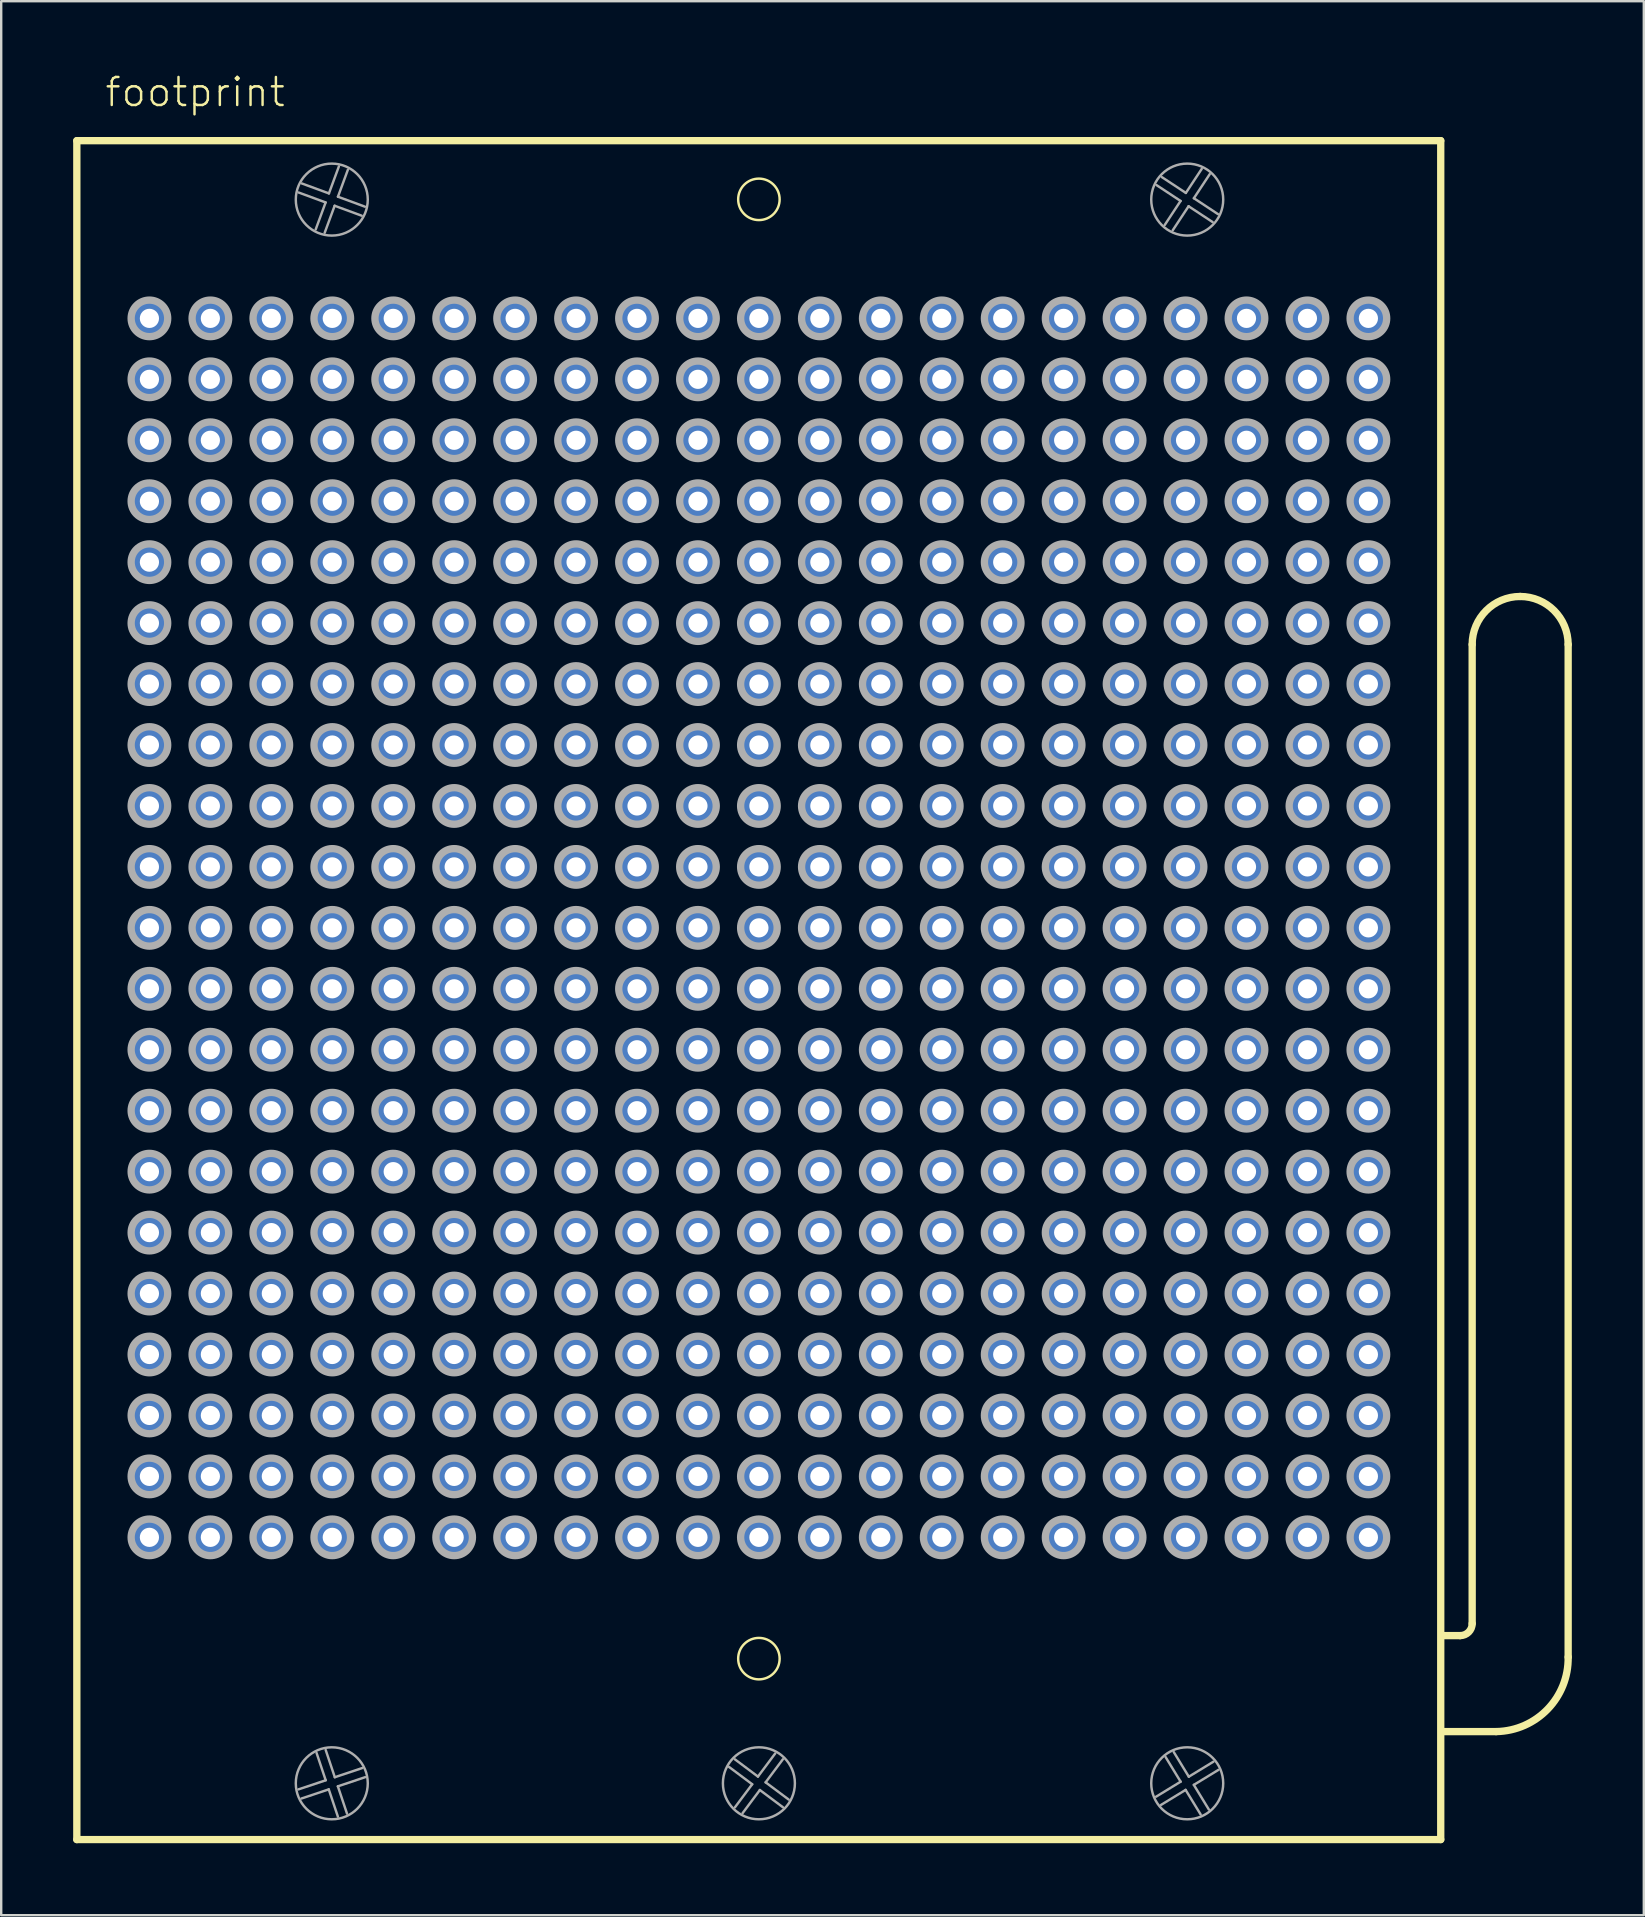
<source format=kicad_pcb>
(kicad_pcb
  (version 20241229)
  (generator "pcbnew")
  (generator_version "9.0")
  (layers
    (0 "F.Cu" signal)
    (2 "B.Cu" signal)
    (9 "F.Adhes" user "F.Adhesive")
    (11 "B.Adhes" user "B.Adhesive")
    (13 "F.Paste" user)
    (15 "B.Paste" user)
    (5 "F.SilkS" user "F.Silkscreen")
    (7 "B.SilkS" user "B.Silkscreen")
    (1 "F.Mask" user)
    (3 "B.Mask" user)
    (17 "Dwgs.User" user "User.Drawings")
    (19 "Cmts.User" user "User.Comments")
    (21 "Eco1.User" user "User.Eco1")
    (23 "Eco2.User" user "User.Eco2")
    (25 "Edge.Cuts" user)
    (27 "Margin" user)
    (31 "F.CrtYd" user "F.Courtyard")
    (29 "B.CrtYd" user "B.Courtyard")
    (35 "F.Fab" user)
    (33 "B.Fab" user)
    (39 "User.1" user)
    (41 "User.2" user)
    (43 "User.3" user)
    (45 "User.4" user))
  (footprint "footprint"
    (layer "F.Cu")
    (at 28.577 35.618)
    (property "Reference" "footprint" (at -27.315 -34.145 0) (layer "F.SilkS") (effects (font (size 1.168 1.168) (thickness 0.102)) (justify left bottom)))
    (fp_line (start -28.425 -32.805) (end 28.415 -32.805) (stroke (width 0.305) (type solid)) (layer "F.SilkS"))
    (fp_line (start -28.425 37.995) (end -28.425 -32.805) (stroke (width 0.305) (type solid)) (layer "F.SilkS"))
    (fp_line (start 28.415 -32.805) (end 28.415 37.995) (stroke (width 0.305) (type solid)) (layer "F.SilkS"))
    (fp_line (start 28.415 37.995) (end -28.425 37.995) (stroke (width 0.305) (type solid)) (layer "F.SilkS"))
    (fp_line (start 29.225 29.495) (end 28.461 29.495) (stroke (width 0.305) (type solid)) (layer "F.SilkS"))
    (fp_line (start 29.725 28.995) (end 29.725 -11.81) (stroke (width 0.305) (type solid)) (layer "F.SilkS"))
    (fp_line (start 30.725 33.495) (end 28.461 33.495) (stroke (width 0.305) (type solid)) (layer "F.SilkS"))
    (fp_line (start 33.725 -11.81) (end 33.725 30.39) (stroke (width 0.305) (type solid)) (layer "F.SilkS"))
    (fp_arc (start 29.725 -11.81) (mid 30.310786 -13.224214) (end 31.725 -13.81) (stroke (width 0.3048) (type solid)) (layer "F.SilkS"))
    (fp_arc (start 29.725 28.995) (mid 29.578553 29.348553) (end 29.225 29.495) (stroke (width 0.3048) (type solid)) (layer "F.SilkS"))
    (fp_arc (start 31.725 -13.81) (mid 33.139214 -13.224214) (end 33.725 -11.81) (stroke (width 0.3048) (type solid)) (layer "F.SilkS"))
    (fp_arc (start 33.725 30.39) (mid 32.868067 32.56382) (end 30.725 33.495) (stroke (width 0.3048) (type solid)) (layer "F.SilkS"))
    (fp_circle (center 0 -30.36) (end 0.864 -30.36) (stroke (width 0.102) (type solid)) (fill no) (layer "F.SilkS"))
    (fp_circle (center 0 30.455) (end 0.864 30.455) (stroke (width 0.102) (type solid)) (fill no) (layer "F.SilkS"))
    (fp_line (start -19.191 35.904) (end -18.053 35.524) (stroke (width 0.102) (type solid)) (layer "F.Fab"))
    (fp_line (start -19.045 -31.021) (end -17.919 -30.607) (stroke (width 0.102) (type solid)) (layer "F.Fab"))
    (fp_line (start -18.471 -29.105) (end -18.057 -30.231) (stroke (width 0.102) (type solid)) (layer "F.Fab"))
    (fp_line (start -18.057 -30.231) (end -19.183 -30.646) (stroke (width 0.102) (type solid)) (layer "F.Fab"))
    (fp_line (start -18.055 34.259) (end -17.674 35.397) (stroke (width 0.102) (type solid)) (layer "F.Fab"))
    (fp_line (start -18.053 35.524) (end -18.434 34.386) (stroke (width 0.102) (type solid)) (layer "F.Fab"))
    (fp_line (start -17.926 35.903) (end -19.064 36.284) (stroke (width 0.102) (type solid)) (layer "F.Fab"))
    (fp_line (start -17.919 -30.607) (end -17.504 -31.733) (stroke (width 0.102) (type solid)) (layer "F.Fab"))
    (fp_line (start -17.681 -30.093) (end -18.096 -28.967) (stroke (width 0.102) (type solid)) (layer "F.Fab"))
    (fp_line (start -17.674 35.397) (end -16.536 35.016) (stroke (width 0.102) (type solid)) (layer "F.Fab"))
    (fp_line (start -17.547 35.776) (end -17.166 36.914) (stroke (width 0.102) (type solid)) (layer "F.Fab"))
    (fp_line (start -17.545 37.041) (end -17.926 35.903) (stroke (width 0.102) (type solid)) (layer "F.Fab"))
    (fp_line (start -17.543 -30.469) (end -16.417 -30.054) (stroke (width 0.102) (type solid)) (layer "F.Fab"))
    (fp_line (start -17.129 -31.595) (end -17.543 -30.469) (stroke (width 0.102) (type solid)) (layer "F.Fab"))
    (fp_line (start -16.555 -29.679) (end -17.681 -30.093) (stroke (width 0.102) (type solid)) (layer "F.Fab"))
    (fp_line (start -16.409 35.395) (end -17.547 35.776) (stroke (width 0.102) (type solid)) (layer "F.Fab"))
    (fp_line (start -1.001 34.651) (end -0.04 35.37) (stroke (width 0.102) (type solid)) (layer "F.Fab"))
    (fp_line (start -0.999 36.651) (end -0.28 35.69) (stroke (width 0.102) (type solid)) (layer "F.Fab"))
    (fp_line (start -0.28 35.69) (end -1.241 34.971) (stroke (width 0.102) (type solid)) (layer "F.Fab"))
    (fp_line (start -0.04 35.37) (end 0.678 34.409) (stroke (width 0.102) (type solid)) (layer "F.Fab"))
    (fp_line (start 0.04 35.93) (end -0.678 36.891) (stroke (width 0.102) (type solid)) (layer "F.Fab"))
    (fp_line (start 0.28 35.61) (end 1.241 36.328) (stroke (width 0.102) (type solid)) (layer "F.Fab"))
    (fp_line (start 0.999 34.649) (end 0.28 35.61) (stroke (width 0.102) (type solid)) (layer "F.Fab"))
    (fp_line (start 1.001 36.649) (end 0.04 35.93) (stroke (width 0.102) (type solid)) (layer "F.Fab"))
    (fp_line (start 16.551 36.209) (end 17.575 35.583) (stroke (width 0.102) (type solid)) (layer "F.Fab"))
    (fp_line (start 16.791 -31.288) (end 17.793 -30.627) (stroke (width 0.102) (type solid)) (layer "F.Fab"))
    (fp_line (start 16.912 -29.291) (end 17.573 -30.293) (stroke (width 0.102) (type solid)) (layer "F.Fab"))
    (fp_line (start 17.291 34.351) (end 17.916 35.375) (stroke (width 0.102) (type solid)) (layer "F.Fab"))
    (fp_line (start 17.573 -30.293) (end 16.571 -30.954) (stroke (width 0.102) (type solid)) (layer "F.Fab"))
    (fp_line (start 17.575 35.583) (end 16.95 34.559) (stroke (width 0.102) (type solid)) (layer "F.Fab"))
    (fp_line (start 17.783 35.925) (end 16.759 36.55) (stroke (width 0.102) (type solid)) (layer "F.Fab"))
    (fp_line (start 17.793 -30.627) (end 18.454 -31.629) (stroke (width 0.102) (type solid)) (layer "F.Fab"))
    (fp_line (start 17.907 -30.073) (end 17.246 -29.071) (stroke (width 0.102) (type solid)) (layer "F.Fab"))
    (fp_line (start 17.916 35.375) (end 18.941 34.75) (stroke (width 0.102) (type solid)) (layer "F.Fab"))
    (fp_line (start 18.125 35.716) (end 18.75 36.741) (stroke (width 0.102) (type solid)) (layer "F.Fab"))
    (fp_line (start 18.127 -30.407) (end 19.129 -29.746) (stroke (width 0.102) (type solid)) (layer "F.Fab"))
    (fp_line (start 18.409 36.949) (end 17.783 35.925) (stroke (width 0.102) (type solid)) (layer "F.Fab"))
    (fp_line (start 18.788 -31.409) (end 18.127 -30.407) (stroke (width 0.102) (type solid)) (layer "F.Fab"))
    (fp_line (start 18.909 -29.412) (end 17.907 -30.073) (stroke (width 0.102) (type solid)) (layer "F.Fab"))
    (fp_line (start 19.149 35.091) (end 18.125 35.716) (stroke (width 0.102) (type solid)) (layer "F.Fab"))
    (fp_circle (center -25.4 -25.4) (end -24.638 -25.4) (stroke (width 0.305) (type solid)) (fill no) (layer "F.Fab"))
    (fp_circle (center -25.4 -22.86) (end -24.638 -22.86) (stroke (width 0.305) (type solid)) (fill no) (layer "F.Fab"))
    (fp_circle (center -25.4 -20.32) (end -24.638 -20.32) (stroke (width 0.305) (type solid)) (fill no) (layer "F.Fab"))
    (fp_circle (center -25.4 -17.78) (end -24.638 -17.78) (stroke (width 0.305) (type solid)) (fill no) (layer "F.Fab"))
    (fp_circle (center -25.4 -15.24) (end -24.638 -15.24) (stroke (width 0.305) (type solid)) (fill no) (layer "F.Fab"))
    (fp_circle (center -25.4 -12.7) (end -24.638 -12.7) (stroke (width 0.305) (type solid)) (fill no) (layer "F.Fab"))
    (fp_circle (center -25.4 -10.16) (end -24.638 -10.16) (stroke (width 0.305) (type solid)) (fill no) (layer "F.Fab"))
    (fp_circle (center -25.4 -7.62) (end -24.638 -7.62) (stroke (width 0.305) (type solid)) (fill no) (layer "F.Fab"))
    (fp_circle (center -25.4 -5.08) (end -24.638 -5.08) (stroke (width 0.305) (type solid)) (fill no) (layer "F.Fab"))
    (fp_circle (center -25.4 -2.54) (end -24.638 -2.54) (stroke (width 0.305) (type solid)) (fill no) (layer "F.Fab"))
    (fp_circle (center -25.4 0) (end -24.638 0) (stroke (width 0.305) (type solid)) (fill no) (layer "F.Fab"))
    (fp_circle (center -25.4 2.54) (end -24.638 2.54) (stroke (width 0.305) (type solid)) (fill no) (layer "F.Fab"))
    (fp_circle (center -25.4 5.08) (end -24.638 5.08) (stroke (width 0.305) (type solid)) (fill no) (layer "F.Fab"))
    (fp_circle (center -25.4 7.62) (end -24.638 7.62) (stroke (width 0.305) (type solid)) (fill no) (layer "F.Fab"))
    (fp_circle (center -25.4 10.16) (end -24.638 10.16) (stroke (width 0.305) (type solid)) (fill no) (layer "F.Fab"))
    (fp_circle (center -25.4 12.7) (end -24.638 12.7) (stroke (width 0.305) (type solid)) (fill no) (layer "F.Fab"))
    (fp_circle (center -25.4 15.24) (end -24.638 15.24) (stroke (width 0.305) (type solid)) (fill no) (layer "F.Fab"))
    (fp_circle (center -25.4 17.78) (end -24.638 17.78) (stroke (width 0.305) (type solid)) (fill no) (layer "F.Fab"))
    (fp_circle (center -25.4 20.32) (end -24.638 20.32) (stroke (width 0.305) (type solid)) (fill no) (layer "F.Fab"))
    (fp_circle (center -25.4 22.86) (end -24.638 22.86) (stroke (width 0.305) (type solid)) (fill no) (layer "F.Fab"))
    (fp_circle (center -25.4 25.4) (end -24.638 25.4) (stroke (width 0.305) (type solid)) (fill no) (layer "F.Fab"))
    (fp_circle (center -22.86 -25.4) (end -22.098 -25.4) (stroke (width 0.305) (type solid)) (fill no) (layer "F.Fab"))
    (fp_circle (center -22.86 -22.86) (end -22.098 -22.86) (stroke (width 0.305) (type solid)) (fill no) (layer "F.Fab"))
    (fp_circle (center -22.86 -20.32) (end -22.098 -20.32) (stroke (width 0.305) (type solid)) (fill no) (layer "F.Fab"))
    (fp_circle (center -22.86 -17.78) (end -22.098 -17.78) (stroke (width 0.305) (type solid)) (fill no) (layer "F.Fab"))
    (fp_circle (center -22.86 -15.24) (end -22.098 -15.24) (stroke (width 0.305) (type solid)) (fill no) (layer "F.Fab"))
    (fp_circle (center -22.86 -12.7) (end -22.098 -12.7) (stroke (width 0.305) (type solid)) (fill no) (layer "F.Fab"))
    (fp_circle (center -22.86 -10.16) (end -22.098 -10.16) (stroke (width 0.305) (type solid)) (fill no) (layer "F.Fab"))
    (fp_circle (center -22.86 -7.62) (end -22.098 -7.62) (stroke (width 0.305) (type solid)) (fill no) (layer "F.Fab"))
    (fp_circle (center -22.86 -5.08) (end -22.098 -5.08) (stroke (width 0.305) (type solid)) (fill no) (layer "F.Fab"))
    (fp_circle (center -22.86 -2.54) (end -22.098 -2.54) (stroke (width 0.305) (type solid)) (fill no) (layer "F.Fab"))
    (fp_circle (center -22.86 0) (end -22.098 0) (stroke (width 0.305) (type solid)) (fill no) (layer "F.Fab"))
    (fp_circle (center -22.86 2.54) (end -22.098 2.54) (stroke (width 0.305) (type solid)) (fill no) (layer "F.Fab"))
    (fp_circle (center -22.86 5.08) (end -22.098 5.08) (stroke (width 0.305) (type solid)) (fill no) (layer "F.Fab"))
    (fp_circle (center -22.86 7.62) (end -22.098 7.62) (stroke (width 0.305) (type solid)) (fill no) (layer "F.Fab"))
    (fp_circle (center -22.86 10.16) (end -22.098 10.16) (stroke (width 0.305) (type solid)) (fill no) (layer "F.Fab"))
    (fp_circle (center -22.86 12.7) (end -22.098 12.7) (stroke (width 0.305) (type solid)) (fill no) (layer "F.Fab"))
    (fp_circle (center -22.86 15.24) (end -22.098 15.24) (stroke (width 0.305) (type solid)) (fill no) (layer "F.Fab"))
    (fp_circle (center -22.86 17.78) (end -22.098 17.78) (stroke (width 0.305) (type solid)) (fill no) (layer "F.Fab"))
    (fp_circle (center -22.86 20.32) (end -22.098 20.32) (stroke (width 0.305) (type solid)) (fill no) (layer "F.Fab"))
    (fp_circle (center -22.86 22.86) (end -22.098 22.86) (stroke (width 0.305) (type solid)) (fill no) (layer "F.Fab"))
    (fp_circle (center -22.86 25.4) (end -22.098 25.4) (stroke (width 0.305) (type solid)) (fill no) (layer "F.Fab"))
    (fp_circle (center -20.32 -25.4) (end -19.558 -25.4) (stroke (width 0.305) (type solid)) (fill no) (layer "F.Fab"))
    (fp_circle (center -20.32 -22.86) (end -19.558 -22.86) (stroke (width 0.305) (type solid)) (fill no) (layer "F.Fab"))
    (fp_circle (center -20.32 -20.32) (end -19.558 -20.32) (stroke (width 0.305) (type solid)) (fill no) (layer "F.Fab"))
    (fp_circle (center -20.32 -17.78) (end -19.558 -17.78) (stroke (width 0.305) (type solid)) (fill no) (layer "F.Fab"))
    (fp_circle (center -20.32 -15.24) (end -19.558 -15.24) (stroke (width 0.305) (type solid)) (fill no) (layer "F.Fab"))
    (fp_circle (center -20.32 -12.7) (end -19.558 -12.7) (stroke (width 0.305) (type solid)) (fill no) (layer "F.Fab"))
    (fp_circle (center -20.32 -10.16) (end -19.558 -10.16) (stroke (width 0.305) (type solid)) (fill no) (layer "F.Fab"))
    (fp_circle (center -20.32 -7.62) (end -19.558 -7.62) (stroke (width 0.305) (type solid)) (fill no) (layer "F.Fab"))
    (fp_circle (center -20.32 -5.08) (end -19.558 -5.08) (stroke (width 0.305) (type solid)) (fill no) (layer "F.Fab"))
    (fp_circle (center -20.32 -2.54) (end -19.558 -2.54) (stroke (width 0.305) (type solid)) (fill no) (layer "F.Fab"))
    (fp_circle (center -20.32 0) (end -19.558 0) (stroke (width 0.305) (type solid)) (fill no) (layer "F.Fab"))
    (fp_circle (center -20.32 2.54) (end -19.558 2.54) (stroke (width 0.305) (type solid)) (fill no) (layer "F.Fab"))
    (fp_circle (center -20.32 5.08) (end -19.558 5.08) (stroke (width 0.305) (type solid)) (fill no) (layer "F.Fab"))
    (fp_circle (center -20.32 7.62) (end -19.558 7.62) (stroke (width 0.305) (type solid)) (fill no) (layer "F.Fab"))
    (fp_circle (center -20.32 10.16) (end -19.558 10.16) (stroke (width 0.305) (type solid)) (fill no) (layer "F.Fab"))
    (fp_circle (center -20.32 12.7) (end -19.558 12.7) (stroke (width 0.305) (type solid)) (fill no) (layer "F.Fab"))
    (fp_circle (center -20.32 15.24) (end -19.558 15.24) (stroke (width 0.305) (type solid)) (fill no) (layer "F.Fab"))
    (fp_circle (center -20.32 17.78) (end -19.558 17.78) (stroke (width 0.305) (type solid)) (fill no) (layer "F.Fab"))
    (fp_circle (center -20.32 20.32) (end -19.558 20.32) (stroke (width 0.305) (type solid)) (fill no) (layer "F.Fab"))
    (fp_circle (center -20.32 22.86) (end -19.558 22.86) (stroke (width 0.305) (type solid)) (fill no) (layer "F.Fab"))
    (fp_circle (center -20.32 25.4) (end -19.558 25.4) (stroke (width 0.305) (type solid)) (fill no) (layer "F.Fab"))
    (fp_circle (center -17.8 -30.35) (end -16.3 -30.35) (stroke (width 0.102) (type solid)) (fill no) (layer "F.Fab"))
    (fp_circle (center -17.8 35.65) (end -16.3 35.65) (stroke (width 0.102) (type solid)) (fill no) (layer "F.Fab"))
    (fp_circle (center -17.78 -25.4) (end -17.018 -25.4) (stroke (width 0.305) (type solid)) (fill no) (layer "F.Fab"))
    (fp_circle (center -17.78 -22.86) (end -17.018 -22.86) (stroke (width 0.305) (type solid)) (fill no) (layer "F.Fab"))
    (fp_circle (center -17.78 -20.32) (end -17.018 -20.32) (stroke (width 0.305) (type solid)) (fill no) (layer "F.Fab"))
    (fp_circle (center -17.78 -17.78) (end -17.018 -17.78) (stroke (width 0.305) (type solid)) (fill no) (layer "F.Fab"))
    (fp_circle (center -17.78 -15.24) (end -17.018 -15.24) (stroke (width 0.305) (type solid)) (fill no) (layer "F.Fab"))
    (fp_circle (center -17.78 -12.7) (end -17.018 -12.7) (stroke (width 0.305) (type solid)) (fill no) (layer "F.Fab"))
    (fp_circle (center -17.78 -10.16) (end -17.018 -10.16) (stroke (width 0.305) (type solid)) (fill no) (layer "F.Fab"))
    (fp_circle (center -17.78 -7.62) (end -17.018 -7.62) (stroke (width 0.305) (type solid)) (fill no) (layer "F.Fab"))
    (fp_circle (center -17.78 -5.08) (end -17.018 -5.08) (stroke (width 0.305) (type solid)) (fill no) (layer "F.Fab"))
    (fp_circle (center -17.78 -2.54) (end -17.018 -2.54) (stroke (width 0.305) (type solid)) (fill no) (layer "F.Fab"))
    (fp_circle (center -17.78 0) (end -17.018 0) (stroke (width 0.305) (type solid)) (fill no) (layer "F.Fab"))
    (fp_circle (center -17.78 2.54) (end -17.018 2.54) (stroke (width 0.305) (type solid)) (fill no) (layer "F.Fab"))
    (fp_circle (center -17.78 5.08) (end -17.018 5.08) (stroke (width 0.305) (type solid)) (fill no) (layer "F.Fab"))
    (fp_circle (center -17.78 7.62) (end -17.018 7.62) (stroke (width 0.305) (type solid)) (fill no) (layer "F.Fab"))
    (fp_circle (center -17.78 10.16) (end -17.018 10.16) (stroke (width 0.305) (type solid)) (fill no) (layer "F.Fab"))
    (fp_circle (center -17.78 12.7) (end -17.018 12.7) (stroke (width 0.305) (type solid)) (fill no) (layer "F.Fab"))
    (fp_circle (center -17.78 15.24) (end -17.018 15.24) (stroke (width 0.305) (type solid)) (fill no) (layer "F.Fab"))
    (fp_circle (center -17.78 17.78) (end -17.018 17.78) (stroke (width 0.305) (type solid)) (fill no) (layer "F.Fab"))
    (fp_circle (center -17.78 20.32) (end -17.018 20.32) (stroke (width 0.305) (type solid)) (fill no) (layer "F.Fab"))
    (fp_circle (center -17.78 22.86) (end -17.018 22.86) (stroke (width 0.305) (type solid)) (fill no) (layer "F.Fab"))
    (fp_circle (center -17.78 25.4) (end -17.018 25.4) (stroke (width 0.305) (type solid)) (fill no) (layer "F.Fab"))
    (fp_circle (center -15.24 -25.4) (end -14.478 -25.4) (stroke (width 0.305) (type solid)) (fill no) (layer "F.Fab"))
    (fp_circle (center -15.24 -22.86) (end -14.478 -22.86) (stroke (width 0.305) (type solid)) (fill no) (layer "F.Fab"))
    (fp_circle (center -15.24 -20.32) (end -14.478 -20.32) (stroke (width 0.305) (type solid)) (fill no) (layer "F.Fab"))
    (fp_circle (center -15.24 -17.78) (end -14.478 -17.78) (stroke (width 0.305) (type solid)) (fill no) (layer "F.Fab"))
    (fp_circle (center -15.24 -15.24) (end -14.478 -15.24) (stroke (width 0.305) (type solid)) (fill no) (layer "F.Fab"))
    (fp_circle (center -15.24 -12.7) (end -14.478 -12.7) (stroke (width 0.305) (type solid)) (fill no) (layer "F.Fab"))
    (fp_circle (center -15.24 -10.16) (end -14.478 -10.16) (stroke (width 0.305) (type solid)) (fill no) (layer "F.Fab"))
    (fp_circle (center -15.24 -7.62) (end -14.478 -7.62) (stroke (width 0.305) (type solid)) (fill no) (layer "F.Fab"))
    (fp_circle (center -15.24 -5.08) (end -14.478 -5.08) (stroke (width 0.305) (type solid)) (fill no) (layer "F.Fab"))
    (fp_circle (center -15.24 -2.54) (end -14.478 -2.54) (stroke (width 0.305) (type solid)) (fill no) (layer "F.Fab"))
    (fp_circle (center -15.24 0) (end -14.478 0) (stroke (width 0.305) (type solid)) (fill no) (layer "F.Fab"))
    (fp_circle (center -15.24 2.54) (end -14.478 2.54) (stroke (width 0.305) (type solid)) (fill no) (layer "F.Fab"))
    (fp_circle (center -15.24 5.08) (end -14.478 5.08) (stroke (width 0.305) (type solid)) (fill no) (layer "F.Fab"))
    (fp_circle (center -15.24 7.62) (end -14.478 7.62) (stroke (width 0.305) (type solid)) (fill no) (layer "F.Fab"))
    (fp_circle (center -15.24 10.16) (end -14.478 10.16) (stroke (width 0.305) (type solid)) (fill no) (layer "F.Fab"))
    (fp_circle (center -15.24 12.7) (end -14.478 12.7) (stroke (width 0.305) (type solid)) (fill no) (layer "F.Fab"))
    (fp_circle (center -15.24 15.24) (end -14.478 15.24) (stroke (width 0.305) (type solid)) (fill no) (layer "F.Fab"))
    (fp_circle (center -15.24 17.78) (end -14.478 17.78) (stroke (width 0.305) (type solid)) (fill no) (layer "F.Fab"))
    (fp_circle (center -15.24 20.32) (end -14.478 20.32) (stroke (width 0.305) (type solid)) (fill no) (layer "F.Fab"))
    (fp_circle (center -15.24 22.86) (end -14.478 22.86) (stroke (width 0.305) (type solid)) (fill no) (layer "F.Fab"))
    (fp_circle (center -15.24 25.4) (end -14.478 25.4) (stroke (width 0.305) (type solid)) (fill no) (layer "F.Fab"))
    (fp_circle (center -12.7 -25.4) (end -11.938 -25.4) (stroke (width 0.305) (type solid)) (fill no) (layer "F.Fab"))
    (fp_circle (center -12.7 -22.86) (end -11.938 -22.86) (stroke (width 0.305) (type solid)) (fill no) (layer "F.Fab"))
    (fp_circle (center -12.7 -20.32) (end -11.938 -20.32) (stroke (width 0.305) (type solid)) (fill no) (layer "F.Fab"))
    (fp_circle (center -12.7 -17.78) (end -11.938 -17.78) (stroke (width 0.305) (type solid)) (fill no) (layer "F.Fab"))
    (fp_circle (center -12.7 -15.24) (end -11.938 -15.24) (stroke (width 0.305) (type solid)) (fill no) (layer "F.Fab"))
    (fp_circle (center -12.7 -12.7) (end -11.938 -12.7) (stroke (width 0.305) (type solid)) (fill no) (layer "F.Fab"))
    (fp_circle (center -12.7 -10.16) (end -11.938 -10.16) (stroke (width 0.305) (type solid)) (fill no) (layer "F.Fab"))
    (fp_circle (center -12.7 -7.62) (end -11.938 -7.62) (stroke (width 0.305) (type solid)) (fill no) (layer "F.Fab"))
    (fp_circle (center -12.7 -5.08) (end -11.938 -5.08) (stroke (width 0.305) (type solid)) (fill no) (layer "F.Fab"))
    (fp_circle (center -12.7 -2.54) (end -11.938 -2.54) (stroke (width 0.305) (type solid)) (fill no) (layer "F.Fab"))
    (fp_circle (center -12.7 0) (end -11.938 0) (stroke (width 0.305) (type solid)) (fill no) (layer "F.Fab"))
    (fp_circle (center -12.7 2.54) (end -11.938 2.54) (stroke (width 0.305) (type solid)) (fill no) (layer "F.Fab"))
    (fp_circle (center -12.7 5.08) (end -11.938 5.08) (stroke (width 0.305) (type solid)) (fill no) (layer "F.Fab"))
    (fp_circle (center -12.7 7.62) (end -11.938 7.62) (stroke (width 0.305) (type solid)) (fill no) (layer "F.Fab"))
    (fp_circle (center -12.7 10.16) (end -11.938 10.16) (stroke (width 0.305) (type solid)) (fill no) (layer "F.Fab"))
    (fp_circle (center -12.7 12.7) (end -11.938 12.7) (stroke (width 0.305) (type solid)) (fill no) (layer "F.Fab"))
    (fp_circle (center -12.7 15.24) (end -11.938 15.24) (stroke (width 0.305) (type solid)) (fill no) (layer "F.Fab"))
    (fp_circle (center -12.7 17.78) (end -11.938 17.78) (stroke (width 0.305) (type solid)) (fill no) (layer "F.Fab"))
    (fp_circle (center -12.7 20.32) (end -11.938 20.32) (stroke (width 0.305) (type solid)) (fill no) (layer "F.Fab"))
    (fp_circle (center -12.7 22.86) (end -11.938 22.86) (stroke (width 0.305) (type solid)) (fill no) (layer "F.Fab"))
    (fp_circle (center -12.7 25.4) (end -11.938 25.4) (stroke (width 0.305) (type solid)) (fill no) (layer "F.Fab"))
    (fp_circle (center -10.16 -25.4) (end -9.398 -25.4) (stroke (width 0.305) (type solid)) (fill no) (layer "F.Fab"))
    (fp_circle (center -10.16 -22.86) (end -9.398 -22.86) (stroke (width 0.305) (type solid)) (fill no) (layer "F.Fab"))
    (fp_circle (center -10.16 -20.32) (end -9.398 -20.32) (stroke (width 0.305) (type solid)) (fill no) (layer "F.Fab"))
    (fp_circle (center -10.16 -17.78) (end -9.398 -17.78) (stroke (width 0.305) (type solid)) (fill no) (layer "F.Fab"))
    (fp_circle (center -10.16 -15.24) (end -9.398 -15.24) (stroke (width 0.305) (type solid)) (fill no) (layer "F.Fab"))
    (fp_circle (center -10.16 -12.7) (end -9.398 -12.7) (stroke (width 0.305) (type solid)) (fill no) (layer "F.Fab"))
    (fp_circle (center -10.16 -10.16) (end -9.398 -10.16) (stroke (width 0.305) (type solid)) (fill no) (layer "F.Fab"))
    (fp_circle (center -10.16 -7.62) (end -9.398 -7.62) (stroke (width 0.305) (type solid)) (fill no) (layer "F.Fab"))
    (fp_circle (center -10.16 -5.08) (end -9.398 -5.08) (stroke (width 0.305) (type solid)) (fill no) (layer "F.Fab"))
    (fp_circle (center -10.16 -2.54) (end -9.398 -2.54) (stroke (width 0.305) (type solid)) (fill no) (layer "F.Fab"))
    (fp_circle (center -10.16 0) (end -9.398 0) (stroke (width 0.305) (type solid)) (fill no) (layer "F.Fab"))
    (fp_circle (center -10.16 2.54) (end -9.398 2.54) (stroke (width 0.305) (type solid)) (fill no) (layer "F.Fab"))
    (fp_circle (center -10.16 5.08) (end -9.398 5.08) (stroke (width 0.305) (type solid)) (fill no) (layer "F.Fab"))
    (fp_circle (center -10.16 7.62) (end -9.398 7.62) (stroke (width 0.305) (type solid)) (fill no) (layer "F.Fab"))
    (fp_circle (center -10.16 10.16) (end -9.398 10.16) (stroke (width 0.305) (type solid)) (fill no) (layer "F.Fab"))
    (fp_circle (center -10.16 12.7) (end -9.398 12.7) (stroke (width 0.305) (type solid)) (fill no) (layer "F.Fab"))
    (fp_circle (center -10.16 15.24) (end -9.398 15.24) (stroke (width 0.305) (type solid)) (fill no) (layer "F.Fab"))
    (fp_circle (center -10.16 17.78) (end -9.398 17.78) (stroke (width 0.305) (type solid)) (fill no) (layer "F.Fab"))
    (fp_circle (center -10.16 20.32) (end -9.398 20.32) (stroke (width 0.305) (type solid)) (fill no) (layer "F.Fab"))
    (fp_circle (center -10.16 22.86) (end -9.398 22.86) (stroke (width 0.305) (type solid)) (fill no) (layer "F.Fab"))
    (fp_circle (center -10.16 25.4) (end -9.398 25.4) (stroke (width 0.305) (type solid)) (fill no) (layer "F.Fab"))
    (fp_circle (center -7.62 -25.4) (end -6.858 -25.4) (stroke (width 0.305) (type solid)) (fill no) (layer "F.Fab"))
    (fp_circle (center -7.62 -22.86) (end -6.858 -22.86) (stroke (width 0.305) (type solid)) (fill no) (layer "F.Fab"))
    (fp_circle (center -7.62 -20.32) (end -6.858 -20.32) (stroke (width 0.305) (type solid)) (fill no) (layer "F.Fab"))
    (fp_circle (center -7.62 -17.78) (end -6.858 -17.78) (stroke (width 0.305) (type solid)) (fill no) (layer "F.Fab"))
    (fp_circle (center -7.62 -15.24) (end -6.858 -15.24) (stroke (width 0.305) (type solid)) (fill no) (layer "F.Fab"))
    (fp_circle (center -7.62 -12.7) (end -6.858 -12.7) (stroke (width 0.305) (type solid)) (fill no) (layer "F.Fab"))
    (fp_circle (center -7.62 -10.16) (end -6.858 -10.16) (stroke (width 0.305) (type solid)) (fill no) (layer "F.Fab"))
    (fp_circle (center -7.62 -7.62) (end -6.858 -7.62) (stroke (width 0.305) (type solid)) (fill no) (layer "F.Fab"))
    (fp_circle (center -7.62 -5.08) (end -6.858 -5.08) (stroke (width 0.305) (type solid)) (fill no) (layer "F.Fab"))
    (fp_circle (center -7.62 -2.54) (end -6.858 -2.54) (stroke (width 0.305) (type solid)) (fill no) (layer "F.Fab"))
    (fp_circle (center -7.62 0) (end -6.858 0) (stroke (width 0.305) (type solid)) (fill no) (layer "F.Fab"))
    (fp_circle (center -7.62 2.54) (end -6.858 2.54) (stroke (width 0.305) (type solid)) (fill no) (layer "F.Fab"))
    (fp_circle (center -7.62 5.08) (end -6.858 5.08) (stroke (width 0.305) (type solid)) (fill no) (layer "F.Fab"))
    (fp_circle (center -7.62 7.62) (end -6.858 7.62) (stroke (width 0.305) (type solid)) (fill no) (layer "F.Fab"))
    (fp_circle (center -7.62 10.16) (end -6.858 10.16) (stroke (width 0.305) (type solid)) (fill no) (layer "F.Fab"))
    (fp_circle (center -7.62 12.7) (end -6.858 12.7) (stroke (width 0.305) (type solid)) (fill no) (layer "F.Fab"))
    (fp_circle (center -7.62 15.24) (end -6.858 15.24) (stroke (width 0.305) (type solid)) (fill no) (layer "F.Fab"))
    (fp_circle (center -7.62 17.78) (end -6.858 17.78) (stroke (width 0.305) (type solid)) (fill no) (layer "F.Fab"))
    (fp_circle (center -7.62 20.32) (end -6.858 20.32) (stroke (width 0.305) (type solid)) (fill no) (layer "F.Fab"))
    (fp_circle (center -7.62 22.86) (end -6.858 22.86) (stroke (width 0.305) (type solid)) (fill no) (layer "F.Fab"))
    (fp_circle (center -7.62 25.4) (end -6.858 25.4) (stroke (width 0.305) (type solid)) (fill no) (layer "F.Fab"))
    (fp_circle (center -5.08 -25.4) (end -4.318 -25.4) (stroke (width 0.305) (type solid)) (fill no) (layer "F.Fab"))
    (fp_circle (center -5.08 -22.86) (end -4.318 -22.86) (stroke (width 0.305) (type solid)) (fill no) (layer "F.Fab"))
    (fp_circle (center -5.08 -20.32) (end -4.318 -20.32) (stroke (width 0.305) (type solid)) (fill no) (layer "F.Fab"))
    (fp_circle (center -5.08 -17.78) (end -4.318 -17.78) (stroke (width 0.305) (type solid)) (fill no) (layer "F.Fab"))
    (fp_circle (center -5.08 -15.24) (end -4.318 -15.24) (stroke (width 0.305) (type solid)) (fill no) (layer "F.Fab"))
    (fp_circle (center -5.08 -12.7) (end -4.318 -12.7) (stroke (width 0.305) (type solid)) (fill no) (layer "F.Fab"))
    (fp_circle (center -5.08 -10.16) (end -4.318 -10.16) (stroke (width 0.305) (type solid)) (fill no) (layer "F.Fab"))
    (fp_circle (center -5.08 -7.62) (end -4.318 -7.62) (stroke (width 0.305) (type solid)) (fill no) (layer "F.Fab"))
    (fp_circle (center -5.08 -5.08) (end -4.318 -5.08) (stroke (width 0.305) (type solid)) (fill no) (layer "F.Fab"))
    (fp_circle (center -5.08 -2.54) (end -4.318 -2.54) (stroke (width 0.305) (type solid)) (fill no) (layer "F.Fab"))
    (fp_circle (center -5.08 0) (end -4.318 0) (stroke (width 0.305) (type solid)) (fill no) (layer "F.Fab"))
    (fp_circle (center -5.08 2.54) (end -4.318 2.54) (stroke (width 0.305) (type solid)) (fill no) (layer "F.Fab"))
    (fp_circle (center -5.08 5.08) (end -4.318 5.08) (stroke (width 0.305) (type solid)) (fill no) (layer "F.Fab"))
    (fp_circle (center -5.08 7.62) (end -4.318 7.62) (stroke (width 0.305) (type solid)) (fill no) (layer "F.Fab"))
    (fp_circle (center -5.08 10.16) (end -4.318 10.16) (stroke (width 0.305) (type solid)) (fill no) (layer "F.Fab"))
    (fp_circle (center -5.08 12.7) (end -4.318 12.7) (stroke (width 0.305) (type solid)) (fill no) (layer "F.Fab"))
    (fp_circle (center -5.08 15.24) (end -4.318 15.24) (stroke (width 0.305) (type solid)) (fill no) (layer "F.Fab"))
    (fp_circle (center -5.08 17.78) (end -4.318 17.78) (stroke (width 0.305) (type solid)) (fill no) (layer "F.Fab"))
    (fp_circle (center -5.08 20.32) (end -4.318 20.32) (stroke (width 0.305) (type solid)) (fill no) (layer "F.Fab"))
    (fp_circle (center -5.08 22.86) (end -4.318 22.86) (stroke (width 0.305) (type solid)) (fill no) (layer "F.Fab"))
    (fp_circle (center -5.08 25.4) (end -4.318 25.4) (stroke (width 0.305) (type solid)) (fill no) (layer "F.Fab"))
    (fp_circle (center -2.54 -25.4) (end -1.778 -25.4) (stroke (width 0.305) (type solid)) (fill no) (layer "F.Fab"))
    (fp_circle (center -2.54 -22.86) (end -1.778 -22.86) (stroke (width 0.305) (type solid)) (fill no) (layer "F.Fab"))
    (fp_circle (center -2.54 -20.32) (end -1.778 -20.32) (stroke (width 0.305) (type solid)) (fill no) (layer "F.Fab"))
    (fp_circle (center -2.54 -17.78) (end -1.778 -17.78) (stroke (width 0.305) (type solid)) (fill no) (layer "F.Fab"))
    (fp_circle (center -2.54 -15.24) (end -1.778 -15.24) (stroke (width 0.305) (type solid)) (fill no) (layer "F.Fab"))
    (fp_circle (center -2.54 -12.7) (end -1.778 -12.7) (stroke (width 0.305) (type solid)) (fill no) (layer "F.Fab"))
    (fp_circle (center -2.54 -10.16) (end -1.778 -10.16) (stroke (width 0.305) (type solid)) (fill no) (layer "F.Fab"))
    (fp_circle (center -2.54 -7.62) (end -1.778 -7.62) (stroke (width 0.305) (type solid)) (fill no) (layer "F.Fab"))
    (fp_circle (center -2.54 -5.08) (end -1.778 -5.08) (stroke (width 0.305) (type solid)) (fill no) (layer "F.Fab"))
    (fp_circle (center -2.54 -2.54) (end -1.778 -2.54) (stroke (width 0.305) (type solid)) (fill no) (layer "F.Fab"))
    (fp_circle (center -2.54 0) (end -1.778 0) (stroke (width 0.305) (type solid)) (fill no) (layer "F.Fab"))
    (fp_circle (center -2.54 2.54) (end -1.778 2.54) (stroke (width 0.305) (type solid)) (fill no) (layer "F.Fab"))
    (fp_circle (center -2.54 5.08) (end -1.778 5.08) (stroke (width 0.305) (type solid)) (fill no) (layer "F.Fab"))
    (fp_circle (center -2.54 7.62) (end -1.778 7.62) (stroke (width 0.305) (type solid)) (fill no) (layer "F.Fab"))
    (fp_circle (center -2.54 10.16) (end -1.778 10.16) (stroke (width 0.305) (type solid)) (fill no) (layer "F.Fab"))
    (fp_circle (center -2.54 12.7) (end -1.778 12.7) (stroke (width 0.305) (type solid)) (fill no) (layer "F.Fab"))
    (fp_circle (center -2.54 15.24) (end -1.778 15.24) (stroke (width 0.305) (type solid)) (fill no) (layer "F.Fab"))
    (fp_circle (center -2.54 17.78) (end -1.778 17.78) (stroke (width 0.305) (type solid)) (fill no) (layer "F.Fab"))
    (fp_circle (center -2.54 20.32) (end -1.778 20.32) (stroke (width 0.305) (type solid)) (fill no) (layer "F.Fab"))
    (fp_circle (center -2.54 22.86) (end -1.778 22.86) (stroke (width 0.305) (type solid)) (fill no) (layer "F.Fab"))
    (fp_circle (center -2.54 25.4) (end -1.778 25.4) (stroke (width 0.305) (type solid)) (fill no) (layer "F.Fab"))
    (fp_circle (center 0 -25.4) (end 0.762 -25.4) (stroke (width 0.305) (type solid)) (fill no) (layer "F.Fab"))
    (fp_circle (center 0 -22.86) (end 0.762 -22.86) (stroke (width 0.305) (type solid)) (fill no) (layer "F.Fab"))
    (fp_circle (center 0 -20.32) (end 0.762 -20.32) (stroke (width 0.305) (type solid)) (fill no) (layer "F.Fab"))
    (fp_circle (center 0 -17.78) (end 0.762 -17.78) (stroke (width 0.305) (type solid)) (fill no) (layer "F.Fab"))
    (fp_circle (center 0 -15.24) (end 0.762 -15.24) (stroke (width 0.305) (type solid)) (fill no) (layer "F.Fab"))
    (fp_circle (center 0 -12.7) (end 0.762 -12.7) (stroke (width 0.305) (type solid)) (fill no) (layer "F.Fab"))
    (fp_circle (center 0 -10.16) (end 0.762 -10.16) (stroke (width 0.305) (type solid)) (fill no) (layer "F.Fab"))
    (fp_circle (center 0 -7.62) (end 0.762 -7.62) (stroke (width 0.305) (type solid)) (fill no) (layer "F.Fab"))
    (fp_circle (center 0 -5.08) (end 0.762 -5.08) (stroke (width 0.305) (type solid)) (fill no) (layer "F.Fab"))
    (fp_circle (center 0 -2.54) (end 0.762 -2.54) (stroke (width 0.305) (type solid)) (fill no) (layer "F.Fab"))
    (fp_circle (center 0 0) (end 0.762 0) (stroke (width 0.305) (type solid)) (fill no) (layer "F.Fab"))
    (fp_circle (center 0 2.54) (end 0.762 2.54) (stroke (width 0.305) (type solid)) (fill no) (layer "F.Fab"))
    (fp_circle (center 0 5.08) (end 0.762 5.08) (stroke (width 0.305) (type solid)) (fill no) (layer "F.Fab"))
    (fp_circle (center 0 7.62) (end 0.762 7.62) (stroke (width 0.305) (type solid)) (fill no) (layer "F.Fab"))
    (fp_circle (center 0 10.16) (end 0.762 10.16) (stroke (width 0.305) (type solid)) (fill no) (layer "F.Fab"))
    (fp_circle (center 0 12.7) (end 0.762 12.7) (stroke (width 0.305) (type solid)) (fill no) (layer "F.Fab"))
    (fp_circle (center 0 15.24) (end 0.762 15.24) (stroke (width 0.305) (type solid)) (fill no) (layer "F.Fab"))
    (fp_circle (center 0 17.78) (end 0.762 17.78) (stroke (width 0.305) (type solid)) (fill no) (layer "F.Fab"))
    (fp_circle (center 0 20.32) (end 0.762 20.32) (stroke (width 0.305) (type solid)) (fill no) (layer "F.Fab"))
    (fp_circle (center 0 22.86) (end 0.762 22.86) (stroke (width 0.305) (type solid)) (fill no) (layer "F.Fab"))
    (fp_circle (center 0 25.4) (end 0.762 25.4) (stroke (width 0.305) (type solid)) (fill no) (layer "F.Fab"))
    (fp_circle (center 0 35.65) (end 1.5 35.65) (stroke (width 0.102) (type solid)) (fill no) (layer "F.Fab"))
    (fp_circle (center 2.54 -25.4) (end 3.302 -25.4) (stroke (width 0.305) (type solid)) (fill no) (layer "F.Fab"))
    (fp_circle (center 2.54 -22.86) (end 3.302 -22.86) (stroke (width 0.305) (type solid)) (fill no) (layer "F.Fab"))
    (fp_circle (center 2.54 -20.32) (end 3.302 -20.32) (stroke (width 0.305) (type solid)) (fill no) (layer "F.Fab"))
    (fp_circle (center 2.54 -17.78) (end 3.302 -17.78) (stroke (width 0.305) (type solid)) (fill no) (layer "F.Fab"))
    (fp_circle (center 2.54 -15.24) (end 3.302 -15.24) (stroke (width 0.305) (type solid)) (fill no) (layer "F.Fab"))
    (fp_circle (center 2.54 -12.7) (end 3.302 -12.7) (stroke (width 0.305) (type solid)) (fill no) (layer "F.Fab"))
    (fp_circle (center 2.54 -10.16) (end 3.302 -10.16) (stroke (width 0.305) (type solid)) (fill no) (layer "F.Fab"))
    (fp_circle (center 2.54 -7.62) (end 3.302 -7.62) (stroke (width 0.305) (type solid)) (fill no) (layer "F.Fab"))
    (fp_circle (center 2.54 -5.08) (end 3.302 -5.08) (stroke (width 0.305) (type solid)) (fill no) (layer "F.Fab"))
    (fp_circle (center 2.54 -2.54) (end 3.302 -2.54) (stroke (width 0.305) (type solid)) (fill no) (layer "F.Fab"))
    (fp_circle (center 2.54 0) (end 3.302 0) (stroke (width 0.305) (type solid)) (fill no) (layer "F.Fab"))
    (fp_circle (center 2.54 2.54) (end 3.302 2.54) (stroke (width 0.305) (type solid)) (fill no) (layer "F.Fab"))
    (fp_circle (center 2.54 5.08) (end 3.302 5.08) (stroke (width 0.305) (type solid)) (fill no) (layer "F.Fab"))
    (fp_circle (center 2.54 7.62) (end 3.302 7.62) (stroke (width 0.305) (type solid)) (fill no) (layer "F.Fab"))
    (fp_circle (center 2.54 10.16) (end 3.302 10.16) (stroke (width 0.305) (type solid)) (fill no) (layer "F.Fab"))
    (fp_circle (center 2.54 12.7) (end 3.302 12.7) (stroke (width 0.305) (type solid)) (fill no) (layer "F.Fab"))
    (fp_circle (center 2.54 15.24) (end 3.302 15.24) (stroke (width 0.305) (type solid)) (fill no) (layer "F.Fab"))
    (fp_circle (center 2.54 17.78) (end 3.302 17.78) (stroke (width 0.305) (type solid)) (fill no) (layer "F.Fab"))
    (fp_circle (center 2.54 20.32) (end 3.302 20.32) (stroke (width 0.305) (type solid)) (fill no) (layer "F.Fab"))
    (fp_circle (center 2.54 22.86) (end 3.302 22.86) (stroke (width 0.305) (type solid)) (fill no) (layer "F.Fab"))
    (fp_circle (center 2.54 25.4) (end 3.302 25.4) (stroke (width 0.305) (type solid)) (fill no) (layer "F.Fab"))
    (fp_circle (center 5.08 -25.4) (end 5.842 -25.4) (stroke (width 0.305) (type solid)) (fill no) (layer "F.Fab"))
    (fp_circle (center 5.08 -22.86) (end 5.842 -22.86) (stroke (width 0.305) (type solid)) (fill no) (layer "F.Fab"))
    (fp_circle (center 5.08 -20.32) (end 5.842 -20.32) (stroke (width 0.305) (type solid)) (fill no) (layer "F.Fab"))
    (fp_circle (center 5.08 -17.78) (end 5.842 -17.78) (stroke (width 0.305) (type solid)) (fill no) (layer "F.Fab"))
    (fp_circle (center 5.08 -15.24) (end 5.842 -15.24) (stroke (width 0.305) (type solid)) (fill no) (layer "F.Fab"))
    (fp_circle (center 5.08 -12.7) (end 5.842 -12.7) (stroke (width 0.305) (type solid)) (fill no) (layer "F.Fab"))
    (fp_circle (center 5.08 -10.16) (end 5.842 -10.16) (stroke (width 0.305) (type solid)) (fill no) (layer "F.Fab"))
    (fp_circle (center 5.08 -7.62) (end 5.842 -7.62) (stroke (width 0.305) (type solid)) (fill no) (layer "F.Fab"))
    (fp_circle (center 5.08 -5.08) (end 5.842 -5.08) (stroke (width 0.305) (type solid)) (fill no) (layer "F.Fab"))
    (fp_circle (center 5.08 -2.54) (end 5.842 -2.54) (stroke (width 0.305) (type solid)) (fill no) (layer "F.Fab"))
    (fp_circle (center 5.08 0) (end 5.842 0) (stroke (width 0.305) (type solid)) (fill no) (layer "F.Fab"))
    (fp_circle (center 5.08 2.54) (end 5.842 2.54) (stroke (width 0.305) (type solid)) (fill no) (layer "F.Fab"))
    (fp_circle (center 5.08 5.08) (end 5.842 5.08) (stroke (width 0.305) (type solid)) (fill no) (layer "F.Fab"))
    (fp_circle (center 5.08 7.62) (end 5.842 7.62) (stroke (width 0.305) (type solid)) (fill no) (layer "F.Fab"))
    (fp_circle (center 5.08 10.16) (end 5.842 10.16) (stroke (width 0.305) (type solid)) (fill no) (layer "F.Fab"))
    (fp_circle (center 5.08 12.7) (end 5.842 12.7) (stroke (width 0.305) (type solid)) (fill no) (layer "F.Fab"))
    (fp_circle (center 5.08 15.24) (end 5.842 15.24) (stroke (width 0.305) (type solid)) (fill no) (layer "F.Fab"))
    (fp_circle (center 5.08 17.78) (end 5.842 17.78) (stroke (width 0.305) (type solid)) (fill no) (layer "F.Fab"))
    (fp_circle (center 5.08 20.32) (end 5.842 20.32) (stroke (width 0.305) (type solid)) (fill no) (layer "F.Fab"))
    (fp_circle (center 5.08 22.86) (end 5.842 22.86) (stroke (width 0.305) (type solid)) (fill no) (layer "F.Fab"))
    (fp_circle (center 5.08 25.4) (end 5.842 25.4) (stroke (width 0.305) (type solid)) (fill no) (layer "F.Fab"))
    (fp_circle (center 7.62 -25.4) (end 8.382 -25.4) (stroke (width 0.305) (type solid)) (fill no) (layer "F.Fab"))
    (fp_circle (center 7.62 -22.86) (end 8.382 -22.86) (stroke (width 0.305) (type solid)) (fill no) (layer "F.Fab"))
    (fp_circle (center 7.62 -20.32) (end 8.382 -20.32) (stroke (width 0.305) (type solid)) (fill no) (layer "F.Fab"))
    (fp_circle (center 7.62 -17.78) (end 8.382 -17.78) (stroke (width 0.305) (type solid)) (fill no) (layer "F.Fab"))
    (fp_circle (center 7.62 -15.24) (end 8.382 -15.24) (stroke (width 0.305) (type solid)) (fill no) (layer "F.Fab"))
    (fp_circle (center 7.62 -12.7) (end 8.382 -12.7) (stroke (width 0.305) (type solid)) (fill no) (layer "F.Fab"))
    (fp_circle (center 7.62 -10.16) (end 8.382 -10.16) (stroke (width 0.305) (type solid)) (fill no) (layer "F.Fab"))
    (fp_circle (center 7.62 -7.62) (end 8.382 -7.62) (stroke (width 0.305) (type solid)) (fill no) (layer "F.Fab"))
    (fp_circle (center 7.62 -5.08) (end 8.382 -5.08) (stroke (width 0.305) (type solid)) (fill no) (layer "F.Fab"))
    (fp_circle (center 7.62 -2.54) (end 8.382 -2.54) (stroke (width 0.305) (type solid)) (fill no) (layer "F.Fab"))
    (fp_circle (center 7.62 0) (end 8.382 0) (stroke (width 0.305) (type solid)) (fill no) (layer "F.Fab"))
    (fp_circle (center 7.62 2.54) (end 8.382 2.54) (stroke (width 0.305) (type solid)) (fill no) (layer "F.Fab"))
    (fp_circle (center 7.62 5.08) (end 8.382 5.08) (stroke (width 0.305) (type solid)) (fill no) (layer "F.Fab"))
    (fp_circle (center 7.62 7.62) (end 8.382 7.62) (stroke (width 0.305) (type solid)) (fill no) (layer "F.Fab"))
    (fp_circle (center 7.62 10.16) (end 8.382 10.16) (stroke (width 0.305) (type solid)) (fill no) (layer "F.Fab"))
    (fp_circle (center 7.62 12.7) (end 8.382 12.7) (stroke (width 0.305) (type solid)) (fill no) (layer "F.Fab"))
    (fp_circle (center 7.62 15.24) (end 8.382 15.24) (stroke (width 0.305) (type solid)) (fill no) (layer "F.Fab"))
    (fp_circle (center 7.62 17.78) (end 8.382 17.78) (stroke (width 0.305) (type solid)) (fill no) (layer "F.Fab"))
    (fp_circle (center 7.62 20.32) (end 8.382 20.32) (stroke (width 0.305) (type solid)) (fill no) (layer "F.Fab"))
    (fp_circle (center 7.62 22.86) (end 8.382 22.86) (stroke (width 0.305) (type solid)) (fill no) (layer "F.Fab"))
    (fp_circle (center 7.62 25.4) (end 8.382 25.4) (stroke (width 0.305) (type solid)) (fill no) (layer "F.Fab"))
    (fp_circle (center 10.16 -25.4) (end 10.922 -25.4) (stroke (width 0.305) (type solid)) (fill no) (layer "F.Fab"))
    (fp_circle (center 10.16 -22.86) (end 10.922 -22.86) (stroke (width 0.305) (type solid)) (fill no) (layer "F.Fab"))
    (fp_circle (center 10.16 -20.32) (end 10.922 -20.32) (stroke (width 0.305) (type solid)) (fill no) (layer "F.Fab"))
    (fp_circle (center 10.16 -17.78) (end 10.922 -17.78) (stroke (width 0.305) (type solid)) (fill no) (layer "F.Fab"))
    (fp_circle (center 10.16 -15.24) (end 10.922 -15.24) (stroke (width 0.305) (type solid)) (fill no) (layer "F.Fab"))
    (fp_circle (center 10.16 -12.7) (end 10.922 -12.7) (stroke (width 0.305) (type solid)) (fill no) (layer "F.Fab"))
    (fp_circle (center 10.16 -10.16) (end 10.922 -10.16) (stroke (width 0.305) (type solid)) (fill no) (layer "F.Fab"))
    (fp_circle (center 10.16 -7.62) (end 10.922 -7.62) (stroke (width 0.305) (type solid)) (fill no) (layer "F.Fab"))
    (fp_circle (center 10.16 -5.08) (end 10.922 -5.08) (stroke (width 0.305) (type solid)) (fill no) (layer "F.Fab"))
    (fp_circle (center 10.16 -2.54) (end 10.922 -2.54) (stroke (width 0.305) (type solid)) (fill no) (layer "F.Fab"))
    (fp_circle (center 10.16 0) (end 10.922 0) (stroke (width 0.305) (type solid)) (fill no) (layer "F.Fab"))
    (fp_circle (center 10.16 2.54) (end 10.922 2.54) (stroke (width 0.305) (type solid)) (fill no) (layer "F.Fab"))
    (fp_circle (center 10.16 5.08) (end 10.922 5.08) (stroke (width 0.305) (type solid)) (fill no) (layer "F.Fab"))
    (fp_circle (center 10.16 7.62) (end 10.922 7.62) (stroke (width 0.305) (type solid)) (fill no) (layer "F.Fab"))
    (fp_circle (center 10.16 10.16) (end 10.922 10.16) (stroke (width 0.305) (type solid)) (fill no) (layer "F.Fab"))
    (fp_circle (center 10.16 12.7) (end 10.922 12.7) (stroke (width 0.305) (type solid)) (fill no) (layer "F.Fab"))
    (fp_circle (center 10.16 15.24) (end 10.922 15.24) (stroke (width 0.305) (type solid)) (fill no) (layer "F.Fab"))
    (fp_circle (center 10.16 17.78) (end 10.922 17.78) (stroke (width 0.305) (type solid)) (fill no) (layer "F.Fab"))
    (fp_circle (center 10.16 20.32) (end 10.922 20.32) (stroke (width 0.305) (type solid)) (fill no) (layer "F.Fab"))
    (fp_circle (center 10.16 22.86) (end 10.922 22.86) (stroke (width 0.305) (type solid)) (fill no) (layer "F.Fab"))
    (fp_circle (center 10.16 25.4) (end 10.922 25.4) (stroke (width 0.305) (type solid)) (fill no) (layer "F.Fab"))
    (fp_circle (center 12.7 -25.4) (end 13.462 -25.4) (stroke (width 0.305) (type solid)) (fill no) (layer "F.Fab"))
    (fp_circle (center 12.7 -22.86) (end 13.462 -22.86) (stroke (width 0.305) (type solid)) (fill no) (layer "F.Fab"))
    (fp_circle (center 12.7 -20.32) (end 13.462 -20.32) (stroke (width 0.305) (type solid)) (fill no) (layer "F.Fab"))
    (fp_circle (center 12.7 -17.78) (end 13.462 -17.78) (stroke (width 0.305) (type solid)) (fill no) (layer "F.Fab"))
    (fp_circle (center 12.7 -15.24) (end 13.462 -15.24) (stroke (width 0.305) (type solid)) (fill no) (layer "F.Fab"))
    (fp_circle (center 12.7 -12.7) (end 13.462 -12.7) (stroke (width 0.305) (type solid)) (fill no) (layer "F.Fab"))
    (fp_circle (center 12.7 -10.16) (end 13.462 -10.16) (stroke (width 0.305) (type solid)) (fill no) (layer "F.Fab"))
    (fp_circle (center 12.7 -7.62) (end 13.462 -7.62) (stroke (width 0.305) (type solid)) (fill no) (layer "F.Fab"))
    (fp_circle (center 12.7 -5.08) (end 13.462 -5.08) (stroke (width 0.305) (type solid)) (fill no) (layer "F.Fab"))
    (fp_circle (center 12.7 -2.54) (end 13.462 -2.54) (stroke (width 0.305) (type solid)) (fill no) (layer "F.Fab"))
    (fp_circle (center 12.7 0) (end 13.462 0) (stroke (width 0.305) (type solid)) (fill no) (layer "F.Fab"))
    (fp_circle (center 12.7 2.54) (end 13.462 2.54) (stroke (width 0.305) (type solid)) (fill no) (layer "F.Fab"))
    (fp_circle (center 12.7 5.08) (end 13.462 5.08) (stroke (width 0.305) (type solid)) (fill no) (layer "F.Fab"))
    (fp_circle (center 12.7 7.62) (end 13.462 7.62) (stroke (width 0.305) (type solid)) (fill no) (layer "F.Fab"))
    (fp_circle (center 12.7 10.16) (end 13.462 10.16) (stroke (width 0.305) (type solid)) (fill no) (layer "F.Fab"))
    (fp_circle (center 12.7 12.7) (end 13.462 12.7) (stroke (width 0.305) (type solid)) (fill no) (layer "F.Fab"))
    (fp_circle (center 12.7 15.24) (end 13.462 15.24) (stroke (width 0.305) (type solid)) (fill no) (layer "F.Fab"))
    (fp_circle (center 12.7 17.78) (end 13.462 17.78) (stroke (width 0.305) (type solid)) (fill no) (layer "F.Fab"))
    (fp_circle (center 12.7 20.32) (end 13.462 20.32) (stroke (width 0.305) (type solid)) (fill no) (layer "F.Fab"))
    (fp_circle (center 12.7 22.86) (end 13.462 22.86) (stroke (width 0.305) (type solid)) (fill no) (layer "F.Fab"))
    (fp_circle (center 12.7 25.4) (end 13.462 25.4) (stroke (width 0.305) (type solid)) (fill no) (layer "F.Fab"))
    (fp_circle (center 15.24 -25.4) (end 16.002 -25.4) (stroke (width 0.305) (type solid)) (fill no) (layer "F.Fab"))
    (fp_circle (center 15.24 -22.86) (end 16.002 -22.86) (stroke (width 0.305) (type solid)) (fill no) (layer "F.Fab"))
    (fp_circle (center 15.24 -20.32) (end 16.002 -20.32) (stroke (width 0.305) (type solid)) (fill no) (layer "F.Fab"))
    (fp_circle (center 15.24 -17.78) (end 16.002 -17.78) (stroke (width 0.305) (type solid)) (fill no) (layer "F.Fab"))
    (fp_circle (center 15.24 -15.24) (end 16.002 -15.24) (stroke (width 0.305) (type solid)) (fill no) (layer "F.Fab"))
    (fp_circle (center 15.24 -12.7) (end 16.002 -12.7) (stroke (width 0.305) (type solid)) (fill no) (layer "F.Fab"))
    (fp_circle (center 15.24 -10.16) (end 16.002 -10.16) (stroke (width 0.305) (type solid)) (fill no) (layer "F.Fab"))
    (fp_circle (center 15.24 -7.62) (end 16.002 -7.62) (stroke (width 0.305) (type solid)) (fill no) (layer "F.Fab"))
    (fp_circle (center 15.24 -5.08) (end 16.002 -5.08) (stroke (width 0.305) (type solid)) (fill no) (layer "F.Fab"))
    (fp_circle (center 15.24 -2.54) (end 16.002 -2.54) (stroke (width 0.305) (type solid)) (fill no) (layer "F.Fab"))
    (fp_circle (center 15.24 0) (end 16.002 0) (stroke (width 0.305) (type solid)) (fill no) (layer "F.Fab"))
    (fp_circle (center 15.24 2.54) (end 16.002 2.54) (stroke (width 0.305) (type solid)) (fill no) (layer "F.Fab"))
    (fp_circle (center 15.24 5.08) (end 16.002 5.08) (stroke (width 0.305) (type solid)) (fill no) (layer "F.Fab"))
    (fp_circle (center 15.24 7.62) (end 16.002 7.62) (stroke (width 0.305) (type solid)) (fill no) (layer "F.Fab"))
    (fp_circle (center 15.24 10.16) (end 16.002 10.16) (stroke (width 0.305) (type solid)) (fill no) (layer "F.Fab"))
    (fp_circle (center 15.24 12.7) (end 16.002 12.7) (stroke (width 0.305) (type solid)) (fill no) (layer "F.Fab"))
    (fp_circle (center 15.24 15.24) (end 16.002 15.24) (stroke (width 0.305) (type solid)) (fill no) (layer "F.Fab"))
    (fp_circle (center 15.24 17.78) (end 16.002 17.78) (stroke (width 0.305) (type solid)) (fill no) (layer "F.Fab"))
    (fp_circle (center 15.24 20.32) (end 16.002 20.32) (stroke (width 0.305) (type solid)) (fill no) (layer "F.Fab"))
    (fp_circle (center 15.24 22.86) (end 16.002 22.86) (stroke (width 0.305) (type solid)) (fill no) (layer "F.Fab"))
    (fp_circle (center 15.24 25.4) (end 16.002 25.4) (stroke (width 0.305) (type solid)) (fill no) (layer "F.Fab"))
    (fp_circle (center 17.78 -25.4) (end 18.542 -25.4) (stroke (width 0.305) (type solid)) (fill no) (layer "F.Fab"))
    (fp_circle (center 17.78 -22.86) (end 18.542 -22.86) (stroke (width 0.305) (type solid)) (fill no) (layer "F.Fab"))
    (fp_circle (center 17.78 -20.32) (end 18.542 -20.32) (stroke (width 0.305) (type solid)) (fill no) (layer "F.Fab"))
    (fp_circle (center 17.78 -17.78) (end 18.542 -17.78) (stroke (width 0.305) (type solid)) (fill no) (layer "F.Fab"))
    (fp_circle (center 17.78 -15.24) (end 18.542 -15.24) (stroke (width 0.305) (type solid)) (fill no) (layer "F.Fab"))
    (fp_circle (center 17.78 -12.7) (end 18.542 -12.7) (stroke (width 0.305) (type solid)) (fill no) (layer "F.Fab"))
    (fp_circle (center 17.78 -10.16) (end 18.542 -10.16) (stroke (width 0.305) (type solid)) (fill no) (layer "F.Fab"))
    (fp_circle (center 17.78 -7.62) (end 18.542 -7.62) (stroke (width 0.305) (type solid)) (fill no) (layer "F.Fab"))
    (fp_circle (center 17.78 -5.08) (end 18.542 -5.08) (stroke (width 0.305) (type solid)) (fill no) (layer "F.Fab"))
    (fp_circle (center 17.78 -2.54) (end 18.542 -2.54) (stroke (width 0.305) (type solid)) (fill no) (layer "F.Fab"))
    (fp_circle (center 17.78 0) (end 18.542 0) (stroke (width 0.305) (type solid)) (fill no) (layer "F.Fab"))
    (fp_circle (center 17.78 2.54) (end 18.542 2.54) (stroke (width 0.305) (type solid)) (fill no) (layer "F.Fab"))
    (fp_circle (center 17.78 5.08) (end 18.542 5.08) (stroke (width 0.305) (type solid)) (fill no) (layer "F.Fab"))
    (fp_circle (center 17.78 7.62) (end 18.542 7.62) (stroke (width 0.305) (type solid)) (fill no) (layer "F.Fab"))
    (fp_circle (center 17.78 10.16) (end 18.542 10.16) (stroke (width 0.305) (type solid)) (fill no) (layer "F.Fab"))
    (fp_circle (center 17.78 12.7) (end 18.542 12.7) (stroke (width 0.305) (type solid)) (fill no) (layer "F.Fab"))
    (fp_circle (center 17.78 15.24) (end 18.542 15.24) (stroke (width 0.305) (type solid)) (fill no) (layer "F.Fab"))
    (fp_circle (center 17.78 17.78) (end 18.542 17.78) (stroke (width 0.305) (type solid)) (fill no) (layer "F.Fab"))
    (fp_circle (center 17.78 20.32) (end 18.542 20.32) (stroke (width 0.305) (type solid)) (fill no) (layer "F.Fab"))
    (fp_circle (center 17.78 22.86) (end 18.542 22.86) (stroke (width 0.305) (type solid)) (fill no) (layer "F.Fab"))
    (fp_circle (center 17.78 25.4) (end 18.542 25.4) (stroke (width 0.305) (type solid)) (fill no) (layer "F.Fab"))
    (fp_circle (center 17.85 -30.35) (end 19.35 -30.35) (stroke (width 0.102) (type solid)) (fill no) (layer "F.Fab"))
    (fp_circle (center 17.85 35.65) (end 19.35 35.65) (stroke (width 0.102) (type solid)) (fill no) (layer "F.Fab"))
    (fp_circle (center 20.32 -25.4) (end 21.082 -25.4) (stroke (width 0.305) (type solid)) (fill no) (layer "F.Fab"))
    (fp_circle (center 20.32 -22.86) (end 21.082 -22.86) (stroke (width 0.305) (type solid)) (fill no) (layer "F.Fab"))
    (fp_circle (center 20.32 -20.32) (end 21.082 -20.32) (stroke (width 0.305) (type solid)) (fill no) (layer "F.Fab"))
    (fp_circle (center 20.32 -17.78) (end 21.082 -17.78) (stroke (width 0.305) (type solid)) (fill no) (layer "F.Fab"))
    (fp_circle (center 20.32 -15.24) (end 21.082 -15.24) (stroke (width 0.305) (type solid)) (fill no) (layer "F.Fab"))
    (fp_circle (center 20.32 -12.7) (end 21.082 -12.7) (stroke (width 0.305) (type solid)) (fill no) (layer "F.Fab"))
    (fp_circle (center 20.32 -10.16) (end 21.082 -10.16) (stroke (width 0.305) (type solid)) (fill no) (layer "F.Fab"))
    (fp_circle (center 20.32 -7.62) (end 21.082 -7.62) (stroke (width 0.305) (type solid)) (fill no) (layer "F.Fab"))
    (fp_circle (center 20.32 -5.08) (end 21.082 -5.08) (stroke (width 0.305) (type solid)) (fill no) (layer "F.Fab"))
    (fp_circle (center 20.32 -2.54) (end 21.082 -2.54) (stroke (width 0.305) (type solid)) (fill no) (layer "F.Fab"))
    (fp_circle (center 20.32 0) (end 21.082 0) (stroke (width 0.305) (type solid)) (fill no) (layer "F.Fab"))
    (fp_circle (center 20.32 2.54) (end 21.082 2.54) (stroke (width 0.305) (type solid)) (fill no) (layer "F.Fab"))
    (fp_circle (center 20.32 5.08) (end 21.082 5.08) (stroke (width 0.305) (type solid)) (fill no) (layer "F.Fab"))
    (fp_circle (center 20.32 7.62) (end 21.082 7.62) (stroke (width 0.305) (type solid)) (fill no) (layer "F.Fab"))
    (fp_circle (center 20.32 10.16) (end 21.082 10.16) (stroke (width 0.305) (type solid)) (fill no) (layer "F.Fab"))
    (fp_circle (center 20.32 12.7) (end 21.082 12.7) (stroke (width 0.305) (type solid)) (fill no) (layer "F.Fab"))
    (fp_circle (center 20.32 15.24) (end 21.082 15.24) (stroke (width 0.305) (type solid)) (fill no) (layer "F.Fab"))
    (fp_circle (center 20.32 17.78) (end 21.082 17.78) (stroke (width 0.305) (type solid)) (fill no) (layer "F.Fab"))
    (fp_circle (center 20.32 20.32) (end 21.082 20.32) (stroke (width 0.305) (type solid)) (fill no) (layer "F.Fab"))
    (fp_circle (center 20.32 22.86) (end 21.082 22.86) (stroke (width 0.305) (type solid)) (fill no) (layer "F.Fab"))
    (fp_circle (center 20.32 25.4) (end 21.082 25.4) (stroke (width 0.305) (type solid)) (fill no) (layer "F.Fab"))
    (fp_circle (center 22.86 -25.4) (end 23.622 -25.4) (stroke (width 0.305) (type solid)) (fill no) (layer "F.Fab"))
    (fp_circle (center 22.86 -22.86) (end 23.622 -22.86) (stroke (width 0.305) (type solid)) (fill no) (layer "F.Fab"))
    (fp_circle (center 22.86 -20.32) (end 23.622 -20.32) (stroke (width 0.305) (type solid)) (fill no) (layer "F.Fab"))
    (fp_circle (center 22.86 -17.78) (end 23.622 -17.78) (stroke (width 0.305) (type solid)) (fill no) (layer "F.Fab"))
    (fp_circle (center 22.86 -15.24) (end 23.622 -15.24) (stroke (width 0.305) (type solid)) (fill no) (layer "F.Fab"))
    (fp_circle (center 22.86 -12.7) (end 23.622 -12.7) (stroke (width 0.305) (type solid)) (fill no) (layer "F.Fab"))
    (fp_circle (center 22.86 -10.16) (end 23.622 -10.16) (stroke (width 0.305) (type solid)) (fill no) (layer "F.Fab"))
    (fp_circle (center 22.86 -7.62) (end 23.622 -7.62) (stroke (width 0.305) (type solid)) (fill no) (layer "F.Fab"))
    (fp_circle (center 22.86 -5.08) (end 23.622 -5.08) (stroke (width 0.305) (type solid)) (fill no) (layer "F.Fab"))
    (fp_circle (center 22.86 -2.54) (end 23.622 -2.54) (stroke (width 0.305) (type solid)) (fill no) (layer "F.Fab"))
    (fp_circle (center 22.86 0) (end 23.622 0) (stroke (width 0.305) (type solid)) (fill no) (layer "F.Fab"))
    (fp_circle (center 22.86 2.54) (end 23.622 2.54) (stroke (width 0.305) (type solid)) (fill no) (layer "F.Fab"))
    (fp_circle (center 22.86 5.08) (end 23.622 5.08) (stroke (width 0.305) (type solid)) (fill no) (layer "F.Fab"))
    (fp_circle (center 22.86 7.62) (end 23.622 7.62) (stroke (width 0.305) (type solid)) (fill no) (layer "F.Fab"))
    (fp_circle (center 22.86 10.16) (end 23.622 10.16) (stroke (width 0.305) (type solid)) (fill no) (layer "F.Fab"))
    (fp_circle (center 22.86 12.7) (end 23.622 12.7) (stroke (width 0.305) (type solid)) (fill no) (layer "F.Fab"))
    (fp_circle (center 22.86 15.24) (end 23.622 15.24) (stroke (width 0.305) (type solid)) (fill no) (layer "F.Fab"))
    (fp_circle (center 22.86 17.78) (end 23.622 17.78) (stroke (width 0.305) (type solid)) (fill no) (layer "F.Fab"))
    (fp_circle (center 22.86 20.32) (end 23.622 20.32) (stroke (width 0.305) (type solid)) (fill no) (layer "F.Fab"))
    (fp_circle (center 22.86 22.86) (end 23.622 22.86) (stroke (width 0.305) (type solid)) (fill no) (layer "F.Fab"))
    (fp_circle (center 22.86 25.4) (end 23.622 25.4) (stroke (width 0.305) (type solid)) (fill no) (layer "F.Fab"))
    (fp_circle (center 25.4 -25.4) (end 26.162 -25.4) (stroke (width 0.305) (type solid)) (fill no) (layer "F.Fab"))
    (fp_circle (center 25.4 -22.86) (end 26.162 -22.86) (stroke (width 0.305) (type solid)) (fill no) (layer "F.Fab"))
    (fp_circle (center 25.4 -20.32) (end 26.162 -20.32) (stroke (width 0.305) (type solid)) (fill no) (layer "F.Fab"))
    (fp_circle (center 25.4 -17.78) (end 26.162 -17.78) (stroke (width 0.305) (type solid)) (fill no) (layer "F.Fab"))
    (fp_circle (center 25.4 -15.24) (end 26.162 -15.24) (stroke (width 0.305) (type solid)) (fill no) (layer "F.Fab"))
    (fp_circle (center 25.4 -12.7) (end 26.162 -12.7) (stroke (width 0.305) (type solid)) (fill no) (layer "F.Fab"))
    (fp_circle (center 25.4 -10.16) (end 26.162 -10.16) (stroke (width 0.305) (type solid)) (fill no) (layer "F.Fab"))
    (fp_circle (center 25.4 -7.62) (end 26.162 -7.62) (stroke (width 0.305) (type solid)) (fill no) (layer "F.Fab"))
    (fp_circle (center 25.4 -5.08) (end 26.162 -5.08) (stroke (width 0.305) (type solid)) (fill no) (layer "F.Fab"))
    (fp_circle (center 25.4 -2.54) (end 26.162 -2.54) (stroke (width 0.305) (type solid)) (fill no) (layer "F.Fab"))
    (fp_circle (center 25.4 0) (end 26.162 0) (stroke (width 0.305) (type solid)) (fill no) (layer "F.Fab"))
    (fp_circle (center 25.4 2.54) (end 26.162 2.54) (stroke (width 0.305) (type solid)) (fill no) (layer "F.Fab"))
    (fp_circle (center 25.4 5.08) (end 26.162 5.08) (stroke (width 0.305) (type solid)) (fill no) (layer "F.Fab"))
    (fp_circle (center 25.4 7.62) (end 26.162 7.62) (stroke (width 0.305) (type solid)) (fill no) (layer "F.Fab"))
    (fp_circle (center 25.4 10.16) (end 26.162 10.16) (stroke (width 0.305) (type solid)) (fill no) (layer "F.Fab"))
    (fp_circle (center 25.4 12.7) (end 26.162 12.7) (stroke (width 0.305) (type solid)) (fill no) (layer "F.Fab"))
    (fp_circle (center 25.4 15.24) (end 26.162 15.24) (stroke (width 0.305) (type solid)) (fill no) (layer "F.Fab"))
    (fp_circle (center 25.4 17.78) (end 26.162 17.78) (stroke (width 0.305) (type solid)) (fill no) (layer "F.Fab"))
    (fp_circle (center 25.4 20.32) (end 26.162 20.32) (stroke (width 0.305) (type solid)) (fill no) (layer "F.Fab"))
    (fp_circle (center 25.4 22.86) (end 26.162 22.86) (stroke (width 0.305) (type solid)) (fill no) (layer "F.Fab"))
    (fp_circle (center 25.4 25.4) (end 26.162 25.4) (stroke (width 0.305) (type solid)) (fill no) (layer "F.Fab"))
    (pad "A1" thru_hole circle (at -25.4 -25.4) (size 1.4 1.4) (drill 0.8) (layers "*.Cu" "*.Mask"))
    (pad "A2" thru_hole circle (at -22.86 -25.4) (size 1.4 1.4) (drill 0.8) (layers "*.Cu" "*.Mask"))
    (pad "A3" thru_hole circle (at -20.32 -25.4) (size 1.4 1.4) (drill 0.8) (layers "*.Cu" "*.Mask"))
    (pad "A4" thru_hole circle (at -17.78 -25.4) (size 1.4 1.4) (drill 0.8) (layers "*.Cu" "*.Mask"))
    (pad "A5" thru_hole circle (at -15.24 -25.4) (size 1.4 1.4) (drill 0.8) (layers "*.Cu" "*.Mask"))
    (pad "A6" thru_hole circle (at -12.7 -25.4) (size 1.4 1.4) (drill 0.8) (layers "*.Cu" "*.Mask"))
    (pad "A7" thru_hole circle (at -10.16 -25.4) (size 1.4 1.4) (drill 0.8) (layers "*.Cu" "*.Mask"))
    (pad "A8" thru_hole circle (at -7.62 -25.4) (size 1.4 1.4) (drill 0.8) (layers "*.Cu" "*.Mask"))
    (pad "A9" thru_hole circle (at -5.08 -25.4) (size 1.4 1.4) (drill 0.8) (layers "*.Cu" "*.Mask"))
    (pad "A10" thru_hole circle (at -2.54 -25.4) (size 1.4 1.4) (drill 0.8) (layers "*.Cu" "*.Mask"))
    (pad "A11" thru_hole circle (at 0 -25.4) (size 1.4 1.4) (drill 0.8) (layers "*.Cu" "*.Mask"))
    (pad "A12" thru_hole circle (at 2.54 -25.4) (size 1.4 1.4) (drill 0.8) (layers "*.Cu" "*.Mask"))
    (pad "A13" thru_hole circle (at 5.08 -25.4) (size 1.4 1.4) (drill 0.8) (layers "*.Cu" "*.Mask"))
    (pad "A14" thru_hole circle (at 7.62 -25.4) (size 1.4 1.4) (drill 0.8) (layers "*.Cu" "*.Mask"))
    (pad "A15" thru_hole circle (at 10.16 -25.4) (size 1.4 1.4) (drill 0.8) (layers "*.Cu" "*.Mask"))
    (pad "A16" thru_hole circle (at 12.7 -25.4) (size 1.4 1.4) (drill 0.8) (layers "*.Cu" "*.Mask"))
    (pad "A17" thru_hole circle (at 15.24 -25.4) (size 1.4 1.4) (drill 0.8) (layers "*.Cu" "*.Mask"))
    (pad "A18" thru_hole circle (at 17.78 -25.4) (size 1.4 1.4) (drill 0.8) (layers "*.Cu" "*.Mask"))
    (pad "A19" thru_hole circle (at 20.32 -25.4) (size 1.4 1.4) (drill 0.8) (layers "*.Cu" "*.Mask"))
    (pad "A20" thru_hole circle (at 22.86 -25.4) (size 1.4 1.4) (drill 0.8) (layers "*.Cu" "*.Mask"))
    (pad "A21" thru_hole circle (at 25.4 -25.4) (size 1.4 1.4) (drill 0.8) (layers "*.Cu" "*.Mask"))
    (pad "B1" thru_hole circle (at -25.4 -22.86) (size 1.4 1.4) (drill 0.8) (layers "*.Cu" "*.Mask"))
    (pad "B2" thru_hole circle (at -22.86 -22.86) (size 1.4 1.4) (drill 0.8) (layers "*.Cu" "*.Mask"))
    (pad "B3" thru_hole circle (at -20.32 -22.86) (size 1.4 1.4) (drill 0.8) (layers "*.Cu" "*.Mask"))
    (pad "B4" thru_hole circle (at -17.78 -22.86) (size 1.4 1.4) (drill 0.8) (layers "*.Cu" "*.Mask"))
    (pad "B5" thru_hole circle (at -15.24 -22.86) (size 1.4 1.4) (drill 0.8) (layers "*.Cu" "*.Mask"))
    (pad "B6" thru_hole circle (at -12.7 -22.86) (size 1.4 1.4) (drill 0.8) (layers "*.Cu" "*.Mask"))
    (pad "B7" thru_hole circle (at -10.16 -22.86) (size 1.4 1.4) (drill 0.8) (layers "*.Cu" "*.Mask"))
    (pad "B8" thru_hole circle (at -7.62 -22.86) (size 1.4 1.4) (drill 0.8) (layers "*.Cu" "*.Mask"))
    (pad "B9" thru_hole circle (at -5.08 -22.86) (size 1.4 1.4) (drill 0.8) (layers "*.Cu" "*.Mask"))
    (pad "B10" thru_hole circle (at -2.54 -22.86) (size 1.4 1.4) (drill 0.8) (layers "*.Cu" "*.Mask"))
    (pad "B11" thru_hole circle (at 0 -22.86) (size 1.4 1.4) (drill 0.8) (layers "*.Cu" "*.Mask"))
    (pad "B12" thru_hole circle (at 2.54 -22.86) (size 1.4 1.4) (drill 0.8) (layers "*.Cu" "*.Mask"))
    (pad "B13" thru_hole circle (at 5.08 -22.86) (size 1.4 1.4) (drill 0.8) (layers "*.Cu" "*.Mask"))
    (pad "B14" thru_hole circle (at 7.62 -22.86) (size 1.4 1.4) (drill 0.8) (layers "*.Cu" "*.Mask"))
    (pad "B15" thru_hole circle (at 10.16 -22.86) (size 1.4 1.4) (drill 0.8) (layers "*.Cu" "*.Mask"))
    (pad "B16" thru_hole circle (at 12.7 -22.86) (size 1.4 1.4) (drill 0.8) (layers "*.Cu" "*.Mask"))
    (pad "B17" thru_hole circle (at 15.24 -22.86) (size 1.4 1.4) (drill 0.8) (layers "*.Cu" "*.Mask"))
    (pad "B18" thru_hole circle (at 17.78 -22.86) (size 1.4 1.4) (drill 0.8) (layers "*.Cu" "*.Mask"))
    (pad "B19" thru_hole circle (at 20.32 -22.86) (size 1.4 1.4) (drill 0.8) (layers "*.Cu" "*.Mask"))
    (pad "B20" thru_hole circle (at 22.86 -22.86) (size 1.4 1.4) (drill 0.8) (layers "*.Cu" "*.Mask"))
    (pad "B21" thru_hole circle (at 25.4 -22.86) (size 1.4 1.4) (drill 0.8) (layers "*.Cu" "*.Mask"))
    (pad "C1" thru_hole circle (at -25.4 -20.32) (size 1.4 1.4) (drill 0.8) (layers "*.Cu" "*.Mask"))
    (pad "C2" thru_hole circle (at -22.86 -20.32) (size 1.4 1.4) (drill 0.8) (layers "*.Cu" "*.Mask"))
    (pad "C3" thru_hole circle (at -20.32 -20.32) (size 1.4 1.4) (drill 0.8) (layers "*.Cu" "*.Mask"))
    (pad "C4" thru_hole circle (at -17.78 -20.32) (size 1.4 1.4) (drill 0.8) (layers "*.Cu" "*.Mask"))
    (pad "C5" thru_hole circle (at -15.24 -20.32) (size 1.4 1.4) (drill 0.8) (layers "*.Cu" "*.Mask"))
    (pad "C6" thru_hole circle (at -12.7 -20.32) (size 1.4 1.4) (drill 0.8) (layers "*.Cu" "*.Mask"))
    (pad "C7" thru_hole circle (at -10.16 -20.32) (size 1.4 1.4) (drill 0.8) (layers "*.Cu" "*.Mask"))
    (pad "C8" thru_hole circle (at -7.62 -20.32) (size 1.4 1.4) (drill 0.8) (layers "*.Cu" "*.Mask"))
    (pad "C9" thru_hole circle (at -5.08 -20.32) (size 1.4 1.4) (drill 0.8) (layers "*.Cu" "*.Mask"))
    (pad "C10" thru_hole circle (at -2.54 -20.32) (size 1.4 1.4) (drill 0.8) (layers "*.Cu" "*.Mask"))
    (pad "C11" thru_hole circle (at 0 -20.32) (size 1.4 1.4) (drill 0.8) (layers "*.Cu" "*.Mask"))
    (pad "C12" thru_hole circle (at 2.54 -20.32) (size 1.4 1.4) (drill 0.8) (layers "*.Cu" "*.Mask"))
    (pad "C13" thru_hole circle (at 5.08 -20.32) (size 1.4 1.4) (drill 0.8) (layers "*.Cu" "*.Mask"))
    (pad "C14" thru_hole circle (at 7.62 -20.32) (size 1.4 1.4) (drill 0.8) (layers "*.Cu" "*.Mask"))
    (pad "C15" thru_hole circle (at 10.16 -20.32) (size 1.4 1.4) (drill 0.8) (layers "*.Cu" "*.Mask"))
    (pad "C16" thru_hole circle (at 12.7 -20.32) (size 1.4 1.4) (drill 0.8) (layers "*.Cu" "*.Mask"))
    (pad "C17" thru_hole circle (at 15.24 -20.32) (size 1.4 1.4) (drill 0.8) (layers "*.Cu" "*.Mask"))
    (pad "C18" thru_hole circle (at 17.78 -20.32) (size 1.4 1.4) (drill 0.8) (layers "*.Cu" "*.Mask"))
    (pad "C19" thru_hole circle (at 20.32 -20.32) (size 1.4 1.4) (drill 0.8) (layers "*.Cu" "*.Mask"))
    (pad "C20" thru_hole circle (at 22.86 -20.32) (size 1.4 1.4) (drill 0.8) (layers "*.Cu" "*.Mask"))
    (pad "C21" thru_hole circle (at 25.4 -20.32) (size 1.4 1.4) (drill 0.8) (layers "*.Cu" "*.Mask"))
    (pad "D1" thru_hole circle (at -25.4 -17.78) (size 1.4 1.4) (drill 0.8) (layers "*.Cu" "*.Mask"))
    (pad "D2" thru_hole circle (at -22.86 -17.78) (size 1.4 1.4) (drill 0.8) (layers "*.Cu" "*.Mask"))
    (pad "D3" thru_hole circle (at -20.32 -17.78) (size 1.4 1.4) (drill 0.8) (layers "*.Cu" "*.Mask"))
    (pad "D4" thru_hole circle (at -17.78 -17.78) (size 1.4 1.4) (drill 0.8) (layers "*.Cu" "*.Mask"))
    (pad "D5" thru_hole circle (at -15.24 -17.78) (size 1.4 1.4) (drill 0.8) (layers "*.Cu" "*.Mask"))
    (pad "D6" thru_hole circle (at -12.7 -17.78) (size 1.4 1.4) (drill 0.8) (layers "*.Cu" "*.Mask"))
    (pad "D7" thru_hole circle (at -10.16 -17.78) (size 1.4 1.4) (drill 0.8) (layers "*.Cu" "*.Mask"))
    (pad "D8" thru_hole circle (at -7.62 -17.78) (size 1.4 1.4) (drill 0.8) (layers "*.Cu" "*.Mask"))
    (pad "D9" thru_hole circle (at -5.08 -17.78) (size 1.4 1.4) (drill 0.8) (layers "*.Cu" "*.Mask"))
    (pad "D10" thru_hole circle (at -2.54 -17.78) (size 1.4 1.4) (drill 0.8) (layers "*.Cu" "*.Mask"))
    (pad "D11" thru_hole circle (at 0 -17.78) (size 1.4 1.4) (drill 0.8) (layers "*.Cu" "*.Mask"))
    (pad "D12" thru_hole circle (at 2.54 -17.78) (size 1.4 1.4) (drill 0.8) (layers "*.Cu" "*.Mask"))
    (pad "D13" thru_hole circle (at 5.08 -17.78) (size 1.4 1.4) (drill 0.8) (layers "*.Cu" "*.Mask"))
    (pad "D14" thru_hole circle (at 7.62 -17.78) (size 1.4 1.4) (drill 0.8) (layers "*.Cu" "*.Mask"))
    (pad "D15" thru_hole circle (at 10.16 -17.78) (size 1.4 1.4) (drill 0.8) (layers "*.Cu" "*.Mask"))
    (pad "D16" thru_hole circle (at 12.7 -17.78) (size 1.4 1.4) (drill 0.8) (layers "*.Cu" "*.Mask"))
    (pad "D17" thru_hole circle (at 15.24 -17.78) (size 1.4 1.4) (drill 0.8) (layers "*.Cu" "*.Mask"))
    (pad "D18" thru_hole circle (at 17.78 -17.78) (size 1.4 1.4) (drill 0.8) (layers "*.Cu" "*.Mask"))
    (pad "D19" thru_hole circle (at 20.32 -17.78) (size 1.4 1.4) (drill 0.8) (layers "*.Cu" "*.Mask"))
    (pad "D20" thru_hole circle (at 22.86 -17.78) (size 1.4 1.4) (drill 0.8) (layers "*.Cu" "*.Mask"))
    (pad "D21" thru_hole circle (at 25.4 -17.78) (size 1.4 1.4) (drill 0.8) (layers "*.Cu" "*.Mask"))
    (pad "E1" thru_hole circle (at -25.4 -15.24) (size 1.4 1.4) (drill 0.8) (layers "*.Cu" "*.Mask"))
    (pad "E2" thru_hole circle (at -22.86 -15.24) (size 1.4 1.4) (drill 0.8) (layers "*.Cu" "*.Mask"))
    (pad "E3" thru_hole circle (at -20.32 -15.24) (size 1.4 1.4) (drill 0.8) (layers "*.Cu" "*.Mask"))
    (pad "E4" thru_hole circle (at -17.78 -15.24) (size 1.4 1.4) (drill 0.8) (layers "*.Cu" "*.Mask"))
    (pad "E5" thru_hole circle (at -15.24 -15.24) (size 1.4 1.4) (drill 0.8) (layers "*.Cu" "*.Mask"))
    (pad "E6" thru_hole circle (at -12.7 -15.24) (size 1.4 1.4) (drill 0.8) (layers "*.Cu" "*.Mask"))
    (pad "E7" thru_hole circle (at -10.16 -15.24) (size 1.4 1.4) (drill 0.8) (layers "*.Cu" "*.Mask"))
    (pad "E8" thru_hole circle (at -7.62 -15.24) (size 1.4 1.4) (drill 0.8) (layers "*.Cu" "*.Mask"))
    (pad "E9" thru_hole circle (at -5.08 -15.24) (size 1.4 1.4) (drill 0.8) (layers "*.Cu" "*.Mask"))
    (pad "E10" thru_hole circle (at -2.54 -15.24) (size 1.4 1.4) (drill 0.8) (layers "*.Cu" "*.Mask"))
    (pad "E11" thru_hole circle (at 0 -15.24) (size 1.4 1.4) (drill 0.8) (layers "*.Cu" "*.Mask"))
    (pad "E12" thru_hole circle (at 2.54 -15.24) (size 1.4 1.4) (drill 0.8) (layers "*.Cu" "*.Mask"))
    (pad "E13" thru_hole circle (at 5.08 -15.24) (size 1.4 1.4) (drill 0.8) (layers "*.Cu" "*.Mask"))
    (pad "E14" thru_hole circle (at 7.62 -15.24) (size 1.4 1.4) (drill 0.8) (layers "*.Cu" "*.Mask"))
    (pad "E15" thru_hole circle (at 10.16 -15.24) (size 1.4 1.4) (drill 0.8) (layers "*.Cu" "*.Mask"))
    (pad "E16" thru_hole circle (at 12.7 -15.24) (size 1.4 1.4) (drill 0.8) (layers "*.Cu" "*.Mask"))
    (pad "E17" thru_hole circle (at 15.24 -15.24) (size 1.4 1.4) (drill 0.8) (layers "*.Cu" "*.Mask"))
    (pad "E18" thru_hole circle (at 17.78 -15.24) (size 1.4 1.4) (drill 0.8) (layers "*.Cu" "*.Mask"))
    (pad "E19" thru_hole circle (at 20.32 -15.24) (size 1.4 1.4) (drill 0.8) (layers "*.Cu" "*.Mask"))
    (pad "E20" thru_hole circle (at 22.86 -15.24) (size 1.4 1.4) (drill 0.8) (layers "*.Cu" "*.Mask"))
    (pad "E21" thru_hole circle (at 25.4 -15.24) (size 1.4 1.4) (drill 0.8) (layers "*.Cu" "*.Mask"))
    (pad "F1" thru_hole circle (at -25.4 -12.7) (size 1.4 1.4) (drill 0.8) (layers "*.Cu" "*.Mask"))
    (pad "F2" thru_hole circle (at -22.86 -12.7) (size 1.4 1.4) (drill 0.8) (layers "*.Cu" "*.Mask"))
    (pad "F3" thru_hole circle (at -20.32 -12.7) (size 1.4 1.4) (drill 0.8) (layers "*.Cu" "*.Mask"))
    (pad "F4" thru_hole circle (at -17.78 -12.7) (size 1.4 1.4) (drill 0.8) (layers "*.Cu" "*.Mask"))
    (pad "F5" thru_hole circle (at -15.24 -12.7) (size 1.4 1.4) (drill 0.8) (layers "*.Cu" "*.Mask"))
    (pad "F6" thru_hole circle (at -12.7 -12.7) (size 1.4 1.4) (drill 0.8) (layers "*.Cu" "*.Mask"))
    (pad "F7" thru_hole circle (at -10.16 -12.7) (size 1.4 1.4) (drill 0.8) (layers "*.Cu" "*.Mask"))
    (pad "F8" thru_hole circle (at -7.62 -12.7) (size 1.4 1.4) (drill 0.8) (layers "*.Cu" "*.Mask"))
    (pad "F9" thru_hole circle (at -5.08 -12.7) (size 1.4 1.4) (drill 0.8) (layers "*.Cu" "*.Mask"))
    (pad "F10" thru_hole circle (at -2.54 -12.7) (size 1.4 1.4) (drill 0.8) (layers "*.Cu" "*.Mask"))
    (pad "F11" thru_hole circle (at 0 -12.7) (size 1.4 1.4) (drill 0.8) (layers "*.Cu" "*.Mask"))
    (pad "F12" thru_hole circle (at 2.54 -12.7) (size 1.4 1.4) (drill 0.8) (layers "*.Cu" "*.Mask"))
    (pad "F13" thru_hole circle (at 5.08 -12.7) (size 1.4 1.4) (drill 0.8) (layers "*.Cu" "*.Mask"))
    (pad "F14" thru_hole circle (at 7.62 -12.7) (size 1.4 1.4) (drill 0.8) (layers "*.Cu" "*.Mask"))
    (pad "F15" thru_hole circle (at 10.16 -12.7) (size 1.4 1.4) (drill 0.8) (layers "*.Cu" "*.Mask"))
    (pad "F16" thru_hole circle (at 12.7 -12.7) (size 1.4 1.4) (drill 0.8) (layers "*.Cu" "*.Mask"))
    (pad "F17" thru_hole circle (at 15.24 -12.7) (size 1.4 1.4) (drill 0.8) (layers "*.Cu" "*.Mask"))
    (pad "F18" thru_hole circle (at 17.78 -12.7) (size 1.4 1.4) (drill 0.8) (layers "*.Cu" "*.Mask"))
    (pad "F19" thru_hole circle (at 20.32 -12.7) (size 1.4 1.4) (drill 0.8) (layers "*.Cu" "*.Mask"))
    (pad "F20" thru_hole circle (at 22.86 -12.7) (size 1.4 1.4) (drill 0.8) (layers "*.Cu" "*.Mask"))
    (pad "F21" thru_hole circle (at 25.4 -12.7) (size 1.4 1.4) (drill 0.8) (layers "*.Cu" "*.Mask"))
    (pad "G1" thru_hole circle (at -25.4 -10.16) (size 1.4 1.4) (drill 0.8) (layers "*.Cu" "*.Mask"))
    (pad "G2" thru_hole circle (at -22.86 -10.16) (size 1.4 1.4) (drill 0.8) (layers "*.Cu" "*.Mask"))
    (pad "G3" thru_hole circle (at -20.32 -10.16) (size 1.4 1.4) (drill 0.8) (layers "*.Cu" "*.Mask"))
    (pad "G4" thru_hole circle (at -17.78 -10.16) (size 1.4 1.4) (drill 0.8) (layers "*.Cu" "*.Mask"))
    (pad "G5" thru_hole circle (at -15.24 -10.16) (size 1.4 1.4) (drill 0.8) (layers "*.Cu" "*.Mask"))
    (pad "G6" thru_hole circle (at -12.7 -10.16) (size 1.4 1.4) (drill 0.8) (layers "*.Cu" "*.Mask"))
    (pad "G7" thru_hole circle (at -10.16 -10.16) (size 1.4 1.4) (drill 0.8) (layers "*.Cu" "*.Mask"))
    (pad "G8" thru_hole circle (at -7.62 -10.16) (size 1.4 1.4) (drill 0.8) (layers "*.Cu" "*.Mask"))
    (pad "G9" thru_hole circle (at -5.08 -10.16) (size 1.4 1.4) (drill 0.8) (layers "*.Cu" "*.Mask"))
    (pad "G10" thru_hole circle (at -2.54 -10.16) (size 1.4 1.4) (drill 0.8) (layers "*.Cu" "*.Mask"))
    (pad "G11" thru_hole circle (at 0 -10.16) (size 1.4 1.4) (drill 0.8) (layers "*.Cu" "*.Mask"))
    (pad "G12" thru_hole circle (at 2.54 -10.16) (size 1.4 1.4) (drill 0.8) (layers "*.Cu" "*.Mask"))
    (pad "G13" thru_hole circle (at 5.08 -10.16) (size 1.4 1.4) (drill 0.8) (layers "*.Cu" "*.Mask"))
    (pad "G14" thru_hole circle (at 7.62 -10.16) (size 1.4 1.4) (drill 0.8) (layers "*.Cu" "*.Mask"))
    (pad "G15" thru_hole circle (at 10.16 -10.16) (size 1.4 1.4) (drill 0.8) (layers "*.Cu" "*.Mask"))
    (pad "G16" thru_hole circle (at 12.7 -10.16) (size 1.4 1.4) (drill 0.8) (layers "*.Cu" "*.Mask"))
    (pad "G17" thru_hole circle (at 15.24 -10.16) (size 1.4 1.4) (drill 0.8) (layers "*.Cu" "*.Mask"))
    (pad "G18" thru_hole circle (at 17.78 -10.16) (size 1.4 1.4) (drill 0.8) (layers "*.Cu" "*.Mask"))
    (pad "G19" thru_hole circle (at 20.32 -10.16) (size 1.4 1.4) (drill 0.8) (layers "*.Cu" "*.Mask"))
    (pad "G20" thru_hole circle (at 22.86 -10.16) (size 1.4 1.4) (drill 0.8) (layers "*.Cu" "*.Mask"))
    (pad "G21" thru_hole circle (at 25.4 -10.16) (size 1.4 1.4) (drill 0.8) (layers "*.Cu" "*.Mask"))
    (pad "H1" thru_hole circle (at -25.4 -7.62) (size 1.4 1.4) (drill 0.8) (layers "*.Cu" "*.Mask"))
    (pad "H2" thru_hole circle (at -22.86 -7.62) (size 1.4 1.4) (drill 0.8) (layers "*.Cu" "*.Mask"))
    (pad "H3" thru_hole circle (at -20.32 -7.62) (size 1.4 1.4) (drill 0.8) (layers "*.Cu" "*.Mask"))
    (pad "H4" thru_hole circle (at -17.78 -7.62) (size 1.4 1.4) (drill 0.8) (layers "*.Cu" "*.Mask"))
    (pad "H5" thru_hole circle (at -15.24 -7.62) (size 1.4 1.4) (drill 0.8) (layers "*.Cu" "*.Mask"))
    (pad "H6" thru_hole circle (at -12.7 -7.62) (size 1.4 1.4) (drill 0.8) (layers "*.Cu" "*.Mask"))
    (pad "H7" thru_hole circle (at -10.16 -7.62) (size 1.4 1.4) (drill 0.8) (layers "*.Cu" "*.Mask"))
    (pad "H8" thru_hole circle (at -7.62 -7.62) (size 1.4 1.4) (drill 0.8) (layers "*.Cu" "*.Mask"))
    (pad "H9" thru_hole circle (at -5.08 -7.62) (size 1.4 1.4) (drill 0.8) (layers "*.Cu" "*.Mask"))
    (pad "H10" thru_hole circle (at -2.54 -7.62) (size 1.4 1.4) (drill 0.8) (layers "*.Cu" "*.Mask"))
    (pad "H11" thru_hole circle (at 0 -7.62) (size 1.4 1.4) (drill 0.8) (layers "*.Cu" "*.Mask"))
    (pad "H12" thru_hole circle (at 2.54 -7.62) (size 1.4 1.4) (drill 0.8) (layers "*.Cu" "*.Mask"))
    (pad "H13" thru_hole circle (at 5.08 -7.62) (size 1.4 1.4) (drill 0.8) (layers "*.Cu" "*.Mask"))
    (pad "H14" thru_hole circle (at 7.62 -7.62) (size 1.4 1.4) (drill 0.8) (layers "*.Cu" "*.Mask"))
    (pad "H15" thru_hole circle (at 10.16 -7.62) (size 1.4 1.4) (drill 0.8) (layers "*.Cu" "*.Mask"))
    (pad "H16" thru_hole circle (at 12.7 -7.62) (size 1.4 1.4) (drill 0.8) (layers "*.Cu" "*.Mask"))
    (pad "H17" thru_hole circle (at 15.24 -7.62) (size 1.4 1.4) (drill 0.8) (layers "*.Cu" "*.Mask"))
    (pad "H18" thru_hole circle (at 17.78 -7.62) (size 1.4 1.4) (drill 0.8) (layers "*.Cu" "*.Mask"))
    (pad "H19" thru_hole circle (at 20.32 -7.62) (size 1.4 1.4) (drill 0.8) (layers "*.Cu" "*.Mask"))
    (pad "H20" thru_hole circle (at 22.86 -7.62) (size 1.4 1.4) (drill 0.8) (layers "*.Cu" "*.Mask"))
    (pad "H21" thru_hole circle (at 25.4 -7.62) (size 1.4 1.4) (drill 0.8) (layers "*.Cu" "*.Mask"))
    (pad "J1" thru_hole circle (at -25.4 -5.08) (size 1.4 1.4) (drill 0.8) (layers "*.Cu" "*.Mask"))
    (pad "J2" thru_hole circle (at -22.86 -5.08) (size 1.4 1.4) (drill 0.8) (layers "*.Cu" "*.Mask"))
    (pad "J3" thru_hole circle (at -20.32 -5.08) (size 1.4 1.4) (drill 0.8) (layers "*.Cu" "*.Mask"))
    (pad "J4" thru_hole circle (at -17.78 -5.08) (size 1.4 1.4) (drill 0.8) (layers "*.Cu" "*.Mask"))
    (pad "J5" thru_hole circle (at -15.24 -5.08) (size 1.4 1.4) (drill 0.8) (layers "*.Cu" "*.Mask"))
    (pad "J6" thru_hole circle (at -12.7 -5.08) (size 1.4 1.4) (drill 0.8) (layers "*.Cu" "*.Mask"))
    (pad "J7" thru_hole circle (at -10.16 -5.08) (size 1.4 1.4) (drill 0.8) (layers "*.Cu" "*.Mask"))
    (pad "J8" thru_hole circle (at -7.62 -5.08) (size 1.4 1.4) (drill 0.8) (layers "*.Cu" "*.Mask"))
    (pad "J9" thru_hole circle (at -5.08 -5.08) (size 1.4 1.4) (drill 0.8) (layers "*.Cu" "*.Mask"))
    (pad "J10" thru_hole circle (at -2.54 -5.08) (size 1.4 1.4) (drill 0.8) (layers "*.Cu" "*.Mask"))
    (pad "J11" thru_hole circle (at 0 -5.08) (size 1.4 1.4) (drill 0.8) (layers "*.Cu" "*.Mask"))
    (pad "J12" thru_hole circle (at 2.54 -5.08) (size 1.4 1.4) (drill 0.8) (layers "*.Cu" "*.Mask"))
    (pad "J13" thru_hole circle (at 5.08 -5.08) (size 1.4 1.4) (drill 0.8) (layers "*.Cu" "*.Mask"))
    (pad "J14" thru_hole circle (at 7.62 -5.08) (size 1.4 1.4) (drill 0.8) (layers "*.Cu" "*.Mask"))
    (pad "J15" thru_hole circle (at 10.16 -5.08) (size 1.4 1.4) (drill 0.8) (layers "*.Cu" "*.Mask"))
    (pad "J16" thru_hole circle (at 12.7 -5.08) (size 1.4 1.4) (drill 0.8) (layers "*.Cu" "*.Mask"))
    (pad "J17" thru_hole circle (at 15.24 -5.08) (size 1.4 1.4) (drill 0.8) (layers "*.Cu" "*.Mask"))
    (pad "J18" thru_hole circle (at 17.78 -5.08) (size 1.4 1.4) (drill 0.8) (layers "*.Cu" "*.Mask"))
    (pad "J19" thru_hole circle (at 20.32 -5.08) (size 1.4 1.4) (drill 0.8) (layers "*.Cu" "*.Mask"))
    (pad "J20" thru_hole circle (at 22.86 -5.08) (size 1.4 1.4) (drill 0.8) (layers "*.Cu" "*.Mask"))
    (pad "J21" thru_hole circle (at 25.4 -5.08) (size 1.4 1.4) (drill 0.8) (layers "*.Cu" "*.Mask"))
    (pad "K1" thru_hole circle (at -25.4 -2.54) (size 1.4 1.4) (drill 0.8) (layers "*.Cu" "*.Mask"))
    (pad "K2" thru_hole circle (at -22.86 -2.54) (size 1.4 1.4) (drill 0.8) (layers "*.Cu" "*.Mask"))
    (pad "K3" thru_hole circle (at -20.32 -2.54) (size 1.4 1.4) (drill 0.8) (layers "*.Cu" "*.Mask"))
    (pad "K4" thru_hole circle (at -17.78 -2.54) (size 1.4 1.4) (drill 0.8) (layers "*.Cu" "*.Mask"))
    (pad "K5" thru_hole circle (at -15.24 -2.54) (size 1.4 1.4) (drill 0.8) (layers "*.Cu" "*.Mask"))
    (pad "K6" thru_hole circle (at -12.7 -2.54) (size 1.4 1.4) (drill 0.8) (layers "*.Cu" "*.Mask"))
    (pad "K7" thru_hole circle (at -10.16 -2.54) (size 1.4 1.4) (drill 0.8) (layers "*.Cu" "*.Mask"))
    (pad "K8" thru_hole circle (at -7.62 -2.54) (size 1.4 1.4) (drill 0.8) (layers "*.Cu" "*.Mask"))
    (pad "K9" thru_hole circle (at -5.08 -2.54) (size 1.4 1.4) (drill 0.8) (layers "*.Cu" "*.Mask"))
    (pad "K10" thru_hole circle (at -2.54 -2.54) (size 1.4 1.4) (drill 0.8) (layers "*.Cu" "*.Mask"))
    (pad "K11" thru_hole circle (at 0 -2.54) (size 1.4 1.4) (drill 0.8) (layers "*.Cu" "*.Mask"))
    (pad "K12" thru_hole circle (at 2.54 -2.54) (size 1.4 1.4) (drill 0.8) (layers "*.Cu" "*.Mask"))
    (pad "K13" thru_hole circle (at 5.08 -2.54) (size 1.4 1.4) (drill 0.8) (layers "*.Cu" "*.Mask"))
    (pad "K14" thru_hole circle (at 7.62 -2.54) (size 1.4 1.4) (drill 0.8) (layers "*.Cu" "*.Mask"))
    (pad "K15" thru_hole circle (at 10.16 -2.54) (size 1.4 1.4) (drill 0.8) (layers "*.Cu" "*.Mask"))
    (pad "K16" thru_hole circle (at 12.7 -2.54) (size 1.4 1.4) (drill 0.8) (layers "*.Cu" "*.Mask"))
    (pad "K17" thru_hole circle (at 15.24 -2.54) (size 1.4 1.4) (drill 0.8) (layers "*.Cu" "*.Mask"))
    (pad "K18" thru_hole circle (at 17.78 -2.54) (size 1.4 1.4) (drill 0.8) (layers "*.Cu" "*.Mask"))
    (pad "K19" thru_hole circle (at 20.32 -2.54) (size 1.4 1.4) (drill 0.8) (layers "*.Cu" "*.Mask"))
    (pad "K20" thru_hole circle (at 22.86 -2.54) (size 1.4 1.4) (drill 0.8) (layers "*.Cu" "*.Mask"))
    (pad "K21" thru_hole circle (at 25.4 -2.54) (size 1.4 1.4) (drill 0.8) (layers "*.Cu" "*.Mask"))
    (pad "L1" thru_hole circle (at -25.4 0) (size 1.4 1.4) (drill 0.8) (layers "*.Cu" "*.Mask"))
    (pad "L2" thru_hole circle (at -22.86 0) (size 1.4 1.4) (drill 0.8) (layers "*.Cu" "*.Mask"))
    (pad "L3" thru_hole circle (at -20.32 0) (size 1.4 1.4) (drill 0.8) (layers "*.Cu" "*.Mask"))
    (pad "L4" thru_hole circle (at -17.78 0) (size 1.4 1.4) (drill 0.8) (layers "*.Cu" "*.Mask"))
    (pad "L5" thru_hole circle (at -15.24 0) (size 1.4 1.4) (drill 0.8) (layers "*.Cu" "*.Mask"))
    (pad "L6" thru_hole circle (at -12.7 0) (size 1.4 1.4) (drill 0.8) (layers "*.Cu" "*.Mask"))
    (pad "L7" thru_hole circle (at -10.16 0) (size 1.4 1.4) (drill 0.8) (layers "*.Cu" "*.Mask"))
    (pad "L8" thru_hole circle (at -7.62 0) (size 1.4 1.4) (drill 0.8) (layers "*.Cu" "*.Mask"))
    (pad "L9" thru_hole circle (at -5.08 0) (size 1.4 1.4) (drill 0.8) (layers "*.Cu" "*.Mask"))
    (pad "L10" thru_hole circle (at -2.54 0) (size 1.4 1.4) (drill 0.8) (layers "*.Cu" "*.Mask"))
    (pad "L11" thru_hole circle (at 0 0) (size 1.4 1.4) (drill 0.8) (layers "*.Cu" "*.Mask"))
    (pad "L12" thru_hole circle (at 2.54 0) (size 1.4 1.4) (drill 0.8) (layers "*.Cu" "*.Mask"))
    (pad "L13" thru_hole circle (at 5.08 0) (size 1.4 1.4) (drill 0.8) (layers "*.Cu" "*.Mask"))
    (pad "L14" thru_hole circle (at 7.62 0) (size 1.4 1.4) (drill 0.8) (layers "*.Cu" "*.Mask"))
    (pad "L15" thru_hole circle (at 10.16 0) (size 1.4 1.4) (drill 0.8) (layers "*.Cu" "*.Mask"))
    (pad "L16" thru_hole circle (at 12.7 0) (size 1.4 1.4) (drill 0.8) (layers "*.Cu" "*.Mask"))
    (pad "L17" thru_hole circle (at 15.24 0) (size 1.4 1.4) (drill 0.8) (layers "*.Cu" "*.Mask"))
    (pad "L18" thru_hole circle (at 17.78 0) (size 1.4 1.4) (drill 0.8) (layers "*.Cu" "*.Mask"))
    (pad "L19" thru_hole circle (at 20.32 0) (size 1.4 1.4) (drill 0.8) (layers "*.Cu" "*.Mask"))
    (pad "L20" thru_hole circle (at 22.86 0) (size 1.4 1.4) (drill 0.8) (layers "*.Cu" "*.Mask"))
    (pad "L21" thru_hole circle (at 25.4 0) (size 1.4 1.4) (drill 0.8) (layers "*.Cu" "*.Mask"))
    (pad "M1" thru_hole circle (at -25.4 2.54) (size 1.4 1.4) (drill 0.8) (layers "*.Cu" "*.Mask"))
    (pad "M2" thru_hole circle (at -22.86 2.54) (size 1.4 1.4) (drill 0.8) (layers "*.Cu" "*.Mask"))
    (pad "M3" thru_hole circle (at -20.32 2.54) (size 1.4 1.4) (drill 0.8) (layers "*.Cu" "*.Mask"))
    (pad "M4" thru_hole circle (at -17.78 2.54) (size 1.4 1.4) (drill 0.8) (layers "*.Cu" "*.Mask"))
    (pad "M5" thru_hole circle (at -15.24 2.54) (size 1.4 1.4) (drill 0.8) (layers "*.Cu" "*.Mask"))
    (pad "M6" thru_hole circle (at -12.7 2.54) (size 1.4 1.4) (drill 0.8) (layers "*.Cu" "*.Mask"))
    (pad "M7" thru_hole circle (at -10.16 2.54) (size 1.4 1.4) (drill 0.8) (layers "*.Cu" "*.Mask"))
    (pad "M8" thru_hole circle (at -7.62 2.54) (size 1.4 1.4) (drill 0.8) (layers "*.Cu" "*.Mask"))
    (pad "M9" thru_hole circle (at -5.08 2.54) (size 1.4 1.4) (drill 0.8) (layers "*.Cu" "*.Mask"))
    (pad "M10" thru_hole circle (at -2.54 2.54) (size 1.4 1.4) (drill 0.8) (layers "*.Cu" "*.Mask"))
    (pad "M11" thru_hole circle (at 0 2.54) (size 1.4 1.4) (drill 0.8) (layers "*.Cu" "*.Mask"))
    (pad "M12" thru_hole circle (at 2.54 2.54) (size 1.4 1.4) (drill 0.8) (layers "*.Cu" "*.Mask"))
    (pad "M13" thru_hole circle (at 5.08 2.54) (size 1.4 1.4) (drill 0.8) (layers "*.Cu" "*.Mask"))
    (pad "M14" thru_hole circle (at 7.62 2.54) (size 1.4 1.4) (drill 0.8) (layers "*.Cu" "*.Mask"))
    (pad "M15" thru_hole circle (at 10.16 2.54) (size 1.4 1.4) (drill 0.8) (layers "*.Cu" "*.Mask"))
    (pad "M16" thru_hole circle (at 12.7 2.54) (size 1.4 1.4) (drill 0.8) (layers "*.Cu" "*.Mask"))
    (pad "M17" thru_hole circle (at 15.24 2.54) (size 1.4 1.4) (drill 0.8) (layers "*.Cu" "*.Mask"))
    (pad "M18" thru_hole circle (at 17.78 2.54) (size 1.4 1.4) (drill 0.8) (layers "*.Cu" "*.Mask"))
    (pad "M19" thru_hole circle (at 20.32 2.54) (size 1.4 1.4) (drill 0.8) (layers "*.Cu" "*.Mask"))
    (pad "M20" thru_hole circle (at 22.86 2.54) (size 1.4 1.4) (drill 0.8) (layers "*.Cu" "*.Mask"))
    (pad "M21" thru_hole circle (at 25.4 2.54) (size 1.4 1.4) (drill 0.8) (layers "*.Cu" "*.Mask"))
    (pad "N1" thru_hole circle (at -25.4 5.08) (size 1.4 1.4) (drill 0.8) (layers "*.Cu" "*.Mask"))
    (pad "N2" thru_hole circle (at -22.86 5.08) (size 1.4 1.4) (drill 0.8) (layers "*.Cu" "*.Mask"))
    (pad "N3" thru_hole circle (at -20.32 5.08) (size 1.4 1.4) (drill 0.8) (layers "*.Cu" "*.Mask"))
    (pad "N4" thru_hole circle (at -17.78 5.08) (size 1.4 1.4) (drill 0.8) (layers "*.Cu" "*.Mask"))
    (pad "N5" thru_hole circle (at -15.24 5.08) (size 1.4 1.4) (drill 0.8) (layers "*.Cu" "*.Mask"))
    (pad "N6" thru_hole circle (at -12.7 5.08) (size 1.4 1.4) (drill 0.8) (layers "*.Cu" "*.Mask"))
    (pad "N7" thru_hole circle (at -10.16 5.08) (size 1.4 1.4) (drill 0.8) (layers "*.Cu" "*.Mask"))
    (pad "N8" thru_hole circle (at -7.62 5.08) (size 1.4 1.4) (drill 0.8) (layers "*.Cu" "*.Mask"))
    (pad "N9" thru_hole circle (at -5.08 5.08) (size 1.4 1.4) (drill 0.8) (layers "*.Cu" "*.Mask"))
    (pad "N10" thru_hole circle (at -2.54 5.08) (size 1.4 1.4) (drill 0.8) (layers "*.Cu" "*.Mask"))
    (pad "N11" thru_hole circle (at 0 5.08) (size 1.4 1.4) (drill 0.8) (layers "*.Cu" "*.Mask"))
    (pad "N12" thru_hole circle (at 2.54 5.08) (size 1.4 1.4) (drill 0.8) (layers "*.Cu" "*.Mask"))
    (pad "N13" thru_hole circle (at 5.08 5.08) (size 1.4 1.4) (drill 0.8) (layers "*.Cu" "*.Mask"))
    (pad "N14" thru_hole circle (at 7.62 5.08) (size 1.4 1.4) (drill 0.8) (layers "*.Cu" "*.Mask"))
    (pad "N15" thru_hole circle (at 10.16 5.08) (size 1.4 1.4) (drill 0.8) (layers "*.Cu" "*.Mask"))
    (pad "N16" thru_hole circle (at 12.7 5.08) (size 1.4 1.4) (drill 0.8) (layers "*.Cu" "*.Mask"))
    (pad "N17" thru_hole circle (at 15.24 5.08) (size 1.4 1.4) (drill 0.8) (layers "*.Cu" "*.Mask"))
    (pad "N18" thru_hole circle (at 17.78 5.08) (size 1.4 1.4) (drill 0.8) (layers "*.Cu" "*.Mask"))
    (pad "N19" thru_hole circle (at 20.32 5.08) (size 1.4 1.4) (drill 0.8) (layers "*.Cu" "*.Mask"))
    (pad "N20" thru_hole circle (at 22.86 5.08) (size 1.4 1.4) (drill 0.8) (layers "*.Cu" "*.Mask"))
    (pad "N21" thru_hole circle (at 25.4 5.08) (size 1.4 1.4) (drill 0.8) (layers "*.Cu" "*.Mask"))
    (pad "P1" thru_hole circle (at -25.4 7.62) (size 1.4 1.4) (drill 0.8) (layers "*.Cu" "*.Mask"))
    (pad "P2" thru_hole circle (at -22.86 7.62) (size 1.4 1.4) (drill 0.8) (layers "*.Cu" "*.Mask"))
    (pad "P3" thru_hole circle (at -20.32 7.62) (size 1.4 1.4) (drill 0.8) (layers "*.Cu" "*.Mask"))
    (pad "P4" thru_hole circle (at -17.78 7.62) (size 1.4 1.4) (drill 0.8) (layers "*.Cu" "*.Mask"))
    (pad "P5" thru_hole circle (at -15.24 7.62) (size 1.4 1.4) (drill 0.8) (layers "*.Cu" "*.Mask"))
    (pad "P6" thru_hole circle (at -12.7 7.62) (size 1.4 1.4) (drill 0.8) (layers "*.Cu" "*.Mask"))
    (pad "P7" thru_hole circle (at -10.16 7.62) (size 1.4 1.4) (drill 0.8) (layers "*.Cu" "*.Mask"))
    (pad "P8" thru_hole circle (at -7.62 7.62) (size 1.4 1.4) (drill 0.8) (layers "*.Cu" "*.Mask"))
    (pad "P9" thru_hole circle (at -5.08 7.62) (size 1.4 1.4) (drill 0.8) (layers "*.Cu" "*.Mask"))
    (pad "P10" thru_hole circle (at -2.54 7.62) (size 1.4 1.4) (drill 0.8) (layers "*.Cu" "*.Mask"))
    (pad "P11" thru_hole circle (at 0 7.62) (size 1.4 1.4) (drill 0.8) (layers "*.Cu" "*.Mask"))
    (pad "P12" thru_hole circle (at 2.54 7.62) (size 1.4 1.4) (drill 0.8) (layers "*.Cu" "*.Mask"))
    (pad "P13" thru_hole circle (at 5.08 7.62) (size 1.4 1.4) (drill 0.8) (layers "*.Cu" "*.Mask"))
    (pad "P14" thru_hole circle (at 7.62 7.62) (size 1.4 1.4) (drill 0.8) (layers "*.Cu" "*.Mask"))
    (pad "P15" thru_hole circle (at 10.16 7.62) (size 1.4 1.4) (drill 0.8) (layers "*.Cu" "*.Mask"))
    (pad "P16" thru_hole circle (at 12.7 7.62) (size 1.4 1.4) (drill 0.8) (layers "*.Cu" "*.Mask"))
    (pad "P17" thru_hole circle (at 15.24 7.62) (size 1.4 1.4) (drill 0.8) (layers "*.Cu" "*.Mask"))
    (pad "P18" thru_hole circle (at 17.78 7.62) (size 1.4 1.4) (drill 0.8) (layers "*.Cu" "*.Mask"))
    (pad "P19" thru_hole circle (at 20.32 7.62) (size 1.4 1.4) (drill 0.8) (layers "*.Cu" "*.Mask"))
    (pad "P20" thru_hole circle (at 22.86 7.62) (size 1.4 1.4) (drill 0.8) (layers "*.Cu" "*.Mask"))
    (pad "P21" thru_hole circle (at 25.4 7.62) (size 1.4 1.4) (drill 0.8) (layers "*.Cu" "*.Mask"))
    (pad "Q1" thru_hole circle (at -25.4 10.16) (size 1.4 1.4) (drill 0.8) (layers "*.Cu" "*.Mask"))
    (pad "Q2" thru_hole circle (at -22.86 10.16) (size 1.4 1.4) (drill 0.8) (layers "*.Cu" "*.Mask"))
    (pad "Q3" thru_hole circle (at -20.32 10.16) (size 1.4 1.4) (drill 0.8) (layers "*.Cu" "*.Mask"))
    (pad "Q4" thru_hole circle (at -17.78 10.16) (size 1.4 1.4) (drill 0.8) (layers "*.Cu" "*.Mask"))
    (pad "Q5" thru_hole circle (at -15.24 10.16) (size 1.4 1.4) (drill 0.8) (layers "*.Cu" "*.Mask"))
    (pad "Q6" thru_hole circle (at -12.7 10.16) (size 1.4 1.4) (drill 0.8) (layers "*.Cu" "*.Mask"))
    (pad "Q7" thru_hole circle (at -10.16 10.16) (size 1.4 1.4) (drill 0.8) (layers "*.Cu" "*.Mask"))
    (pad "Q8" thru_hole circle (at -7.62 10.16) (size 1.4 1.4) (drill 0.8) (layers "*.Cu" "*.Mask"))
    (pad "Q9" thru_hole circle (at -5.08 10.16) (size 1.4 1.4) (drill 0.8) (layers "*.Cu" "*.Mask"))
    (pad "Q10" thru_hole circle (at -2.54 10.16) (size 1.4 1.4) (drill 0.8) (layers "*.Cu" "*.Mask"))
    (pad "Q11" thru_hole circle (at 0 10.16) (size 1.4 1.4) (drill 0.8) (layers "*.Cu" "*.Mask"))
    (pad "Q12" thru_hole circle (at 2.54 10.16) (size 1.4 1.4) (drill 0.8) (layers "*.Cu" "*.Mask"))
    (pad "Q13" thru_hole circle (at 5.08 10.16) (size 1.4 1.4) (drill 0.8) (layers "*.Cu" "*.Mask"))
    (pad "Q14" thru_hole circle (at 7.62 10.16) (size 1.4 1.4) (drill 0.8) (layers "*.Cu" "*.Mask"))
    (pad "Q15" thru_hole circle (at 10.16 10.16) (size 1.4 1.4) (drill 0.8) (layers "*.Cu" "*.Mask"))
    (pad "Q16" thru_hole circle (at 12.7 10.16) (size 1.4 1.4) (drill 0.8) (layers "*.Cu" "*.Mask"))
    (pad "Q17" thru_hole circle (at 15.24 10.16) (size 1.4 1.4) (drill 0.8) (layers "*.Cu" "*.Mask"))
    (pad "Q18" thru_hole circle (at 17.78 10.16) (size 1.4 1.4) (drill 0.8) (layers "*.Cu" "*.Mask"))
    (pad "Q19" thru_hole circle (at 20.32 10.16) (size 1.4 1.4) (drill 0.8) (layers "*.Cu" "*.Mask"))
    (pad "Q20" thru_hole circle (at 22.86 10.16) (size 1.4 1.4) (drill 0.8) (layers "*.Cu" "*.Mask"))
    (pad "Q21" thru_hole circle (at 25.4 10.16) (size 1.4 1.4) (drill 0.8) (layers "*.Cu" "*.Mask"))
    (pad "R1" thru_hole circle (at -25.4 12.7) (size 1.4 1.4) (drill 0.8) (layers "*.Cu" "*.Mask"))
    (pad "R2" thru_hole circle (at -22.86 12.7) (size 1.4 1.4) (drill 0.8) (layers "*.Cu" "*.Mask"))
    (pad "R3" thru_hole circle (at -20.32 12.7) (size 1.4 1.4) (drill 0.8) (layers "*.Cu" "*.Mask"))
    (pad "R4" thru_hole circle (at -17.78 12.7) (size 1.4 1.4) (drill 0.8) (layers "*.Cu" "*.Mask"))
    (pad "R5" thru_hole circle (at -15.24 12.7) (size 1.4 1.4) (drill 0.8) (layers "*.Cu" "*.Mask"))
    (pad "R6" thru_hole circle (at -12.7 12.7) (size 1.4 1.4) (drill 0.8) (layers "*.Cu" "*.Mask"))
    (pad "R7" thru_hole circle (at -10.16 12.7) (size 1.4 1.4) (drill 0.8) (layers "*.Cu" "*.Mask"))
    (pad "R8" thru_hole circle (at -7.62 12.7) (size 1.4 1.4) (drill 0.8) (layers "*.Cu" "*.Mask"))
    (pad "R9" thru_hole circle (at -5.08 12.7) (size 1.4 1.4) (drill 0.8) (layers "*.Cu" "*.Mask"))
    (pad "R10" thru_hole circle (at -2.54 12.7) (size 1.4 1.4) (drill 0.8) (layers "*.Cu" "*.Mask"))
    (pad "R11" thru_hole circle (at 0 12.7) (size 1.4 1.4) (drill 0.8) (layers "*.Cu" "*.Mask"))
    (pad "R12" thru_hole circle (at 2.54 12.7) (size 1.4 1.4) (drill 0.8) (layers "*.Cu" "*.Mask"))
    (pad "R13" thru_hole circle (at 5.08 12.7) (size 1.4 1.4) (drill 0.8) (layers "*.Cu" "*.Mask"))
    (pad "R14" thru_hole circle (at 7.62 12.7) (size 1.4 1.4) (drill 0.8) (layers "*.Cu" "*.Mask"))
    (pad "R15" thru_hole circle (at 10.16 12.7) (size 1.4 1.4) (drill 0.8) (layers "*.Cu" "*.Mask"))
    (pad "R16" thru_hole circle (at 12.7 12.7) (size 1.4 1.4) (drill 0.8) (layers "*.Cu" "*.Mask"))
    (pad "R17" thru_hole circle (at 15.24 12.7) (size 1.4 1.4) (drill 0.8) (layers "*.Cu" "*.Mask"))
    (pad "R18" thru_hole circle (at 17.78 12.7) (size 1.4 1.4) (drill 0.8) (layers "*.Cu" "*.Mask"))
    (pad "R19" thru_hole circle (at 20.32 12.7) (size 1.4 1.4) (drill 0.8) (layers "*.Cu" "*.Mask"))
    (pad "R20" thru_hole circle (at 22.86 12.7) (size 1.4 1.4) (drill 0.8) (layers "*.Cu" "*.Mask"))
    (pad "R21" thru_hole circle (at 25.4 12.7) (size 1.4 1.4) (drill 0.8) (layers "*.Cu" "*.Mask"))
    (pad "S1" thru_hole circle (at -25.4 15.24) (size 1.4 1.4) (drill 0.8) (layers "*.Cu" "*.Mask"))
    (pad "S2" thru_hole circle (at -22.86 15.24) (size 1.4 1.4) (drill 0.8) (layers "*.Cu" "*.Mask"))
    (pad "S3" thru_hole circle (at -20.32 15.24) (size 1.4 1.4) (drill 0.8) (layers "*.Cu" "*.Mask"))
    (pad "S4" thru_hole circle (at -17.78 15.24) (size 1.4 1.4) (drill 0.8) (layers "*.Cu" "*.Mask"))
    (pad "S5" thru_hole circle (at -15.24 15.24) (size 1.4 1.4) (drill 0.8) (layers "*.Cu" "*.Mask"))
    (pad "S6" thru_hole circle (at -12.7 15.24) (size 1.4 1.4) (drill 0.8) (layers "*.Cu" "*.Mask"))
    (pad "S7" thru_hole circle (at -10.16 15.24) (size 1.4 1.4) (drill 0.8) (layers "*.Cu" "*.Mask"))
    (pad "S8" thru_hole circle (at -7.62 15.24) (size 1.4 1.4) (drill 0.8) (layers "*.Cu" "*.Mask"))
    (pad "S9" thru_hole circle (at -5.08 15.24) (size 1.4 1.4) (drill 0.8) (layers "*.Cu" "*.Mask"))
    (pad "S10" thru_hole circle (at -2.54 15.24) (size 1.4 1.4) (drill 0.8) (layers "*.Cu" "*.Mask"))
    (pad "S11" thru_hole circle (at 0 15.24) (size 1.4 1.4) (drill 0.8) (layers "*.Cu" "*.Mask"))
    (pad "S12" thru_hole circle (at 2.54 15.24) (size 1.4 1.4) (drill 0.8) (layers "*.Cu" "*.Mask"))
    (pad "S13" thru_hole circle (at 5.08 15.24) (size 1.4 1.4) (drill 0.8) (layers "*.Cu" "*.Mask"))
    (pad "S14" thru_hole circle (at 7.62 15.24) (size 1.4 1.4) (drill 0.8) (layers "*.Cu" "*.Mask"))
    (pad "S15" thru_hole circle (at 10.16 15.24) (size 1.4 1.4) (drill 0.8) (layers "*.Cu" "*.Mask"))
    (pad "S16" thru_hole circle (at 12.7 15.24) (size 1.4 1.4) (drill 0.8) (layers "*.Cu" "*.Mask"))
    (pad "S17" thru_hole circle (at 15.24 15.24) (size 1.4 1.4) (drill 0.8) (layers "*.Cu" "*.Mask"))
    (pad "S18" thru_hole circle (at 17.78 15.24) (size 1.4 1.4) (drill 0.8) (layers "*.Cu" "*.Mask"))
    (pad "S19" thru_hole circle (at 20.32 15.24) (size 1.4 1.4) (drill 0.8) (layers "*.Cu" "*.Mask"))
    (pad "S20" thru_hole circle (at 22.86 15.24) (size 1.4 1.4) (drill 0.8) (layers "*.Cu" "*.Mask"))
    (pad "S21" thru_hole circle (at 25.4 15.24) (size 1.4 1.4) (drill 0.8) (layers "*.Cu" "*.Mask"))
    (pad "T1" thru_hole circle (at -25.4 17.78) (size 1.4 1.4) (drill 0.8) (layers "*.Cu" "*.Mask"))
    (pad "T2" thru_hole circle (at -22.86 17.78) (size 1.4 1.4) (drill 0.8) (layers "*.Cu" "*.Mask"))
    (pad "T3" thru_hole circle (at -20.32 17.78) (size 1.4 1.4) (drill 0.8) (layers "*.Cu" "*.Mask"))
    (pad "T4" thru_hole circle (at -17.78 17.78) (size 1.4 1.4) (drill 0.8) (layers "*.Cu" "*.Mask"))
    (pad "T5" thru_hole circle (at -15.24 17.78) (size 1.4 1.4) (drill 0.8) (layers "*.Cu" "*.Mask"))
    (pad "T6" thru_hole circle (at -12.7 17.78) (size 1.4 1.4) (drill 0.8) (layers "*.Cu" "*.Mask"))
    (pad "T7" thru_hole circle (at -10.16 17.78) (size 1.4 1.4) (drill 0.8) (layers "*.Cu" "*.Mask"))
    (pad "T8" thru_hole circle (at -7.62 17.78) (size 1.4 1.4) (drill 0.8) (layers "*.Cu" "*.Mask"))
    (pad "T9" thru_hole circle (at -5.08 17.78) (size 1.4 1.4) (drill 0.8) (layers "*.Cu" "*.Mask"))
    (pad "T10" thru_hole circle (at -2.54 17.78) (size 1.4 1.4) (drill 0.8) (layers "*.Cu" "*.Mask"))
    (pad "T11" thru_hole circle (at 0 17.78) (size 1.4 1.4) (drill 0.8) (layers "*.Cu" "*.Mask"))
    (pad "T12" thru_hole circle (at 2.54 17.78) (size 1.4 1.4) (drill 0.8) (layers "*.Cu" "*.Mask"))
    (pad "T13" thru_hole circle (at 5.08 17.78) (size 1.4 1.4) (drill 0.8) (layers "*.Cu" "*.Mask"))
    (pad "T14" thru_hole circle (at 7.62 17.78) (size 1.4 1.4) (drill 0.8) (layers "*.Cu" "*.Mask"))
    (pad "T15" thru_hole circle (at 10.16 17.78) (size 1.4 1.4) (drill 0.8) (layers "*.Cu" "*.Mask"))
    (pad "T16" thru_hole circle (at 12.7 17.78) (size 1.4 1.4) (drill 0.8) (layers "*.Cu" "*.Mask"))
    (pad "T17" thru_hole circle (at 15.24 17.78) (size 1.4 1.4) (drill 0.8) (layers "*.Cu" "*.Mask"))
    (pad "T18" thru_hole circle (at 17.78 17.78) (size 1.4 1.4) (drill 0.8) (layers "*.Cu" "*.Mask"))
    (pad "T19" thru_hole circle (at 20.32 17.78) (size 1.4 1.4) (drill 0.8) (layers "*.Cu" "*.Mask"))
    (pad "T20" thru_hole circle (at 22.86 17.78) (size 1.4 1.4) (drill 0.8) (layers "*.Cu" "*.Mask"))
    (pad "T21" thru_hole circle (at 25.4 17.78) (size 1.4 1.4) (drill 0.8) (layers "*.Cu" "*.Mask"))
    (pad "U1" thru_hole circle (at -25.4 20.32) (size 1.4 1.4) (drill 0.8) (layers "*.Cu" "*.Mask"))
    (pad "U2" thru_hole circle (at -22.86 20.32) (size 1.4 1.4) (drill 0.8) (layers "*.Cu" "*.Mask"))
    (pad "U3" thru_hole circle (at -20.32 20.32) (size 1.4 1.4) (drill 0.8) (layers "*.Cu" "*.Mask"))
    (pad "U4" thru_hole circle (at -17.78 20.32) (size 1.4 1.4) (drill 0.8) (layers "*.Cu" "*.Mask"))
    (pad "U5" thru_hole circle (at -15.24 20.32) (size 1.4 1.4) (drill 0.8) (layers "*.Cu" "*.Mask"))
    (pad "U6" thru_hole circle (at -12.7 20.32) (size 1.4 1.4) (drill 0.8) (layers "*.Cu" "*.Mask"))
    (pad "U7" thru_hole circle (at -10.16 20.32) (size 1.4 1.4) (drill 0.8) (layers "*.Cu" "*.Mask"))
    (pad "U8" thru_hole circle (at -7.62 20.32) (size 1.4 1.4) (drill 0.8) (layers "*.Cu" "*.Mask"))
    (pad "U9" thru_hole circle (at -5.08 20.32) (size 1.4 1.4) (drill 0.8) (layers "*.Cu" "*.Mask"))
    (pad "U10" thru_hole circle (at -2.54 20.32) (size 1.4 1.4) (drill 0.8) (layers "*.Cu" "*.Mask"))
    (pad "U11" thru_hole circle (at 0 20.32) (size 1.4 1.4) (drill 0.8) (layers "*.Cu" "*.Mask"))
    (pad "U12" thru_hole circle (at 2.54 20.32) (size 1.4 1.4) (drill 0.8) (layers "*.Cu" "*.Mask"))
    (pad "U13" thru_hole circle (at 5.08 20.32) (size 1.4 1.4) (drill 0.8) (layers "*.Cu" "*.Mask"))
    (pad "U14" thru_hole circle (at 7.62 20.32) (size 1.4 1.4) (drill 0.8) (layers "*.Cu" "*.Mask"))
    (pad "U15" thru_hole circle (at 10.16 20.32) (size 1.4 1.4) (drill 0.8) (layers "*.Cu" "*.Mask"))
    (pad "U16" thru_hole circle (at 12.7 20.32) (size 1.4 1.4) (drill 0.8) (layers "*.Cu" "*.Mask"))
    (pad "U17" thru_hole circle (at 15.24 20.32) (size 1.4 1.4) (drill 0.8) (layers "*.Cu" "*.Mask"))
    (pad "U18" thru_hole circle (at 17.78 20.32) (size 1.4 1.4) (drill 0.8) (layers "*.Cu" "*.Mask"))
    (pad "U19" thru_hole circle (at 20.32 20.32) (size 1.4 1.4) (drill 0.8) (layers "*.Cu" "*.Mask"))
    (pad "U20" thru_hole circle (at 22.86 20.32) (size 1.4 1.4) (drill 0.8) (layers "*.Cu" "*.Mask"))
    (pad "U21" thru_hole circle (at 25.4 20.32) (size 1.4 1.4) (drill 0.8) (layers "*.Cu" "*.Mask"))
    (pad "V1" thru_hole circle (at -25.4 22.86) (size 1.4 1.4) (drill 0.8) (layers "*.Cu" "*.Mask"))
    (pad "V2" thru_hole circle (at -22.86 22.86) (size 1.4 1.4) (drill 0.8) (layers "*.Cu" "*.Mask"))
    (pad "V3" thru_hole circle (at -20.32 22.86) (size 1.4 1.4) (drill 0.8) (layers "*.Cu" "*.Mask"))
    (pad "V4" thru_hole circle (at -17.78 22.86) (size 1.4 1.4) (drill 0.8) (layers "*.Cu" "*.Mask"))
    (pad "V5" thru_hole circle (at -15.24 22.86) (size 1.4 1.4) (drill 0.8) (layers "*.Cu" "*.Mask"))
    (pad "V6" thru_hole circle (at -12.7 22.86) (size 1.4 1.4) (drill 0.8) (layers "*.Cu" "*.Mask"))
    (pad "V7" thru_hole circle (at -10.16 22.86) (size 1.4 1.4) (drill 0.8) (layers "*.Cu" "*.Mask"))
    (pad "V8" thru_hole circle (at -7.62 22.86) (size 1.4 1.4) (drill 0.8) (layers "*.Cu" "*.Mask"))
    (pad "V9" thru_hole circle (at -5.08 22.86) (size 1.4 1.4) (drill 0.8) (layers "*.Cu" "*.Mask"))
    (pad "V10" thru_hole circle (at -2.54 22.86) (size 1.4 1.4) (drill 0.8) (layers "*.Cu" "*.Mask"))
    (pad "V11" thru_hole circle (at 0 22.86) (size 1.4 1.4) (drill 0.8) (layers "*.Cu" "*.Mask"))
    (pad "V12" thru_hole circle (at 2.54 22.86) (size 1.4 1.4) (drill 0.8) (layers "*.Cu" "*.Mask"))
    (pad "V13" thru_hole circle (at 5.08 22.86) (size 1.4 1.4) (drill 0.8) (layers "*.Cu" "*.Mask"))
    (pad "V14" thru_hole circle (at 7.62 22.86) (size 1.4 1.4) (drill 0.8) (layers "*.Cu" "*.Mask"))
    (pad "V15" thru_hole circle (at 10.16 22.86) (size 1.4 1.4) (drill 0.8) (layers "*.Cu" "*.Mask"))
    (pad "V16" thru_hole circle (at 12.7 22.86) (size 1.4 1.4) (drill 0.8) (layers "*.Cu" "*.Mask"))
    (pad "V17" thru_hole circle (at 15.24 22.86) (size 1.4 1.4) (drill 0.8) (layers "*.Cu" "*.Mask"))
    (pad "V18" thru_hole circle (at 17.78 22.86) (size 1.4 1.4) (drill 0.8) (layers "*.Cu" "*.Mask"))
    (pad "V19" thru_hole circle (at 20.32 22.86) (size 1.4 1.4) (drill 0.8) (layers "*.Cu" "*.Mask"))
    (pad "V20" thru_hole circle (at 22.86 22.86) (size 1.4 1.4) (drill 0.8) (layers "*.Cu" "*.Mask"))
    (pad "V21" thru_hole circle (at 25.4 22.86) (size 1.4 1.4) (drill 0.8) (layers "*.Cu" "*.Mask"))
    (pad "W1" thru_hole circle (at -25.4 25.4) (size 1.4 1.4) (drill 0.8) (layers "*.Cu" "*.Mask"))
    (pad "W2" thru_hole circle (at -22.86 25.4) (size 1.4 1.4) (drill 0.8) (layers "*.Cu" "*.Mask"))
    (pad "W3" thru_hole circle (at -20.32 25.4) (size 1.4 1.4) (drill 0.8) (layers "*.Cu" "*.Mask"))
    (pad "W4" thru_hole circle (at -17.78 25.4) (size 1.4 1.4) (drill 0.8) (layers "*.Cu" "*.Mask"))
    (pad "W5" thru_hole circle (at -15.24 25.4) (size 1.4 1.4) (drill 0.8) (layers "*.Cu" "*.Mask"))
    (pad "W6" thru_hole circle (at -12.7 25.4) (size 1.4 1.4) (drill 0.8) (layers "*.Cu" "*.Mask"))
    (pad "W7" thru_hole circle (at -10.16 25.4) (size 1.4 1.4) (drill 0.8) (layers "*.Cu" "*.Mask"))
    (pad "W8" thru_hole circle (at -7.62 25.4) (size 1.4 1.4) (drill 0.8) (layers "*.Cu" "*.Mask"))
    (pad "W9" thru_hole circle (at -5.08 25.4) (size 1.4 1.4) (drill 0.8) (layers "*.Cu" "*.Mask"))
    (pad "W10" thru_hole circle (at -2.54 25.4) (size 1.4 1.4) (drill 0.8) (layers "*.Cu" "*.Mask"))
    (pad "W11" thru_hole circle (at 0 25.4) (size 1.4 1.4) (drill 0.8) (layers "*.Cu" "*.Mask"))
    (pad "W12" thru_hole circle (at 2.54 25.4) (size 1.4 1.4) (drill 0.8) (layers "*.Cu" "*.Mask"))
    (pad "W13" thru_hole circle (at 5.08 25.4) (size 1.4 1.4) (drill 0.8) (layers "*.Cu" "*.Mask"))
    (pad "W14" thru_hole circle (at 7.62 25.4) (size 1.4 1.4) (drill 0.8) (layers "*.Cu" "*.Mask"))
    (pad "W15" thru_hole circle (at 10.16 25.4) (size 1.4 1.4) (drill 0.8) (layers "*.Cu" "*.Mask"))
    (pad "W16" thru_hole circle (at 12.7 25.4) (size 1.4 1.4) (drill 0.8) (layers "*.Cu" "*.Mask"))
    (pad "W17" thru_hole circle (at 15.24 25.4) (size 1.4 1.4) (drill 0.8) (layers "*.Cu" "*.Mask"))
    (pad "W18" thru_hole circle (at 17.78 25.4) (size 1.4 1.4) (drill 0.8) (layers "*.Cu" "*.Mask"))
    (pad "W19" thru_hole circle (at 20.32 25.4) (size 1.4 1.4) (drill 0.8) (layers "*.Cu" "*.Mask"))
    (pad "W20" thru_hole circle (at 22.86 25.4) (size 1.4 1.4) (drill 0.8) (layers "*.Cu" "*.Mask"))
    (pad "W21" thru_hole circle (at 25.4 25.4) (size 1.4 1.4) (drill 0.8) (layers "*.Cu" "*.Mask")))
  (gr_rect
    (start -3 -3)
    (end 65.455 76.766)
    (stroke (width 0.1) (type default))
    (fill no)
    (layer "Edge.Cuts")))
</source>
